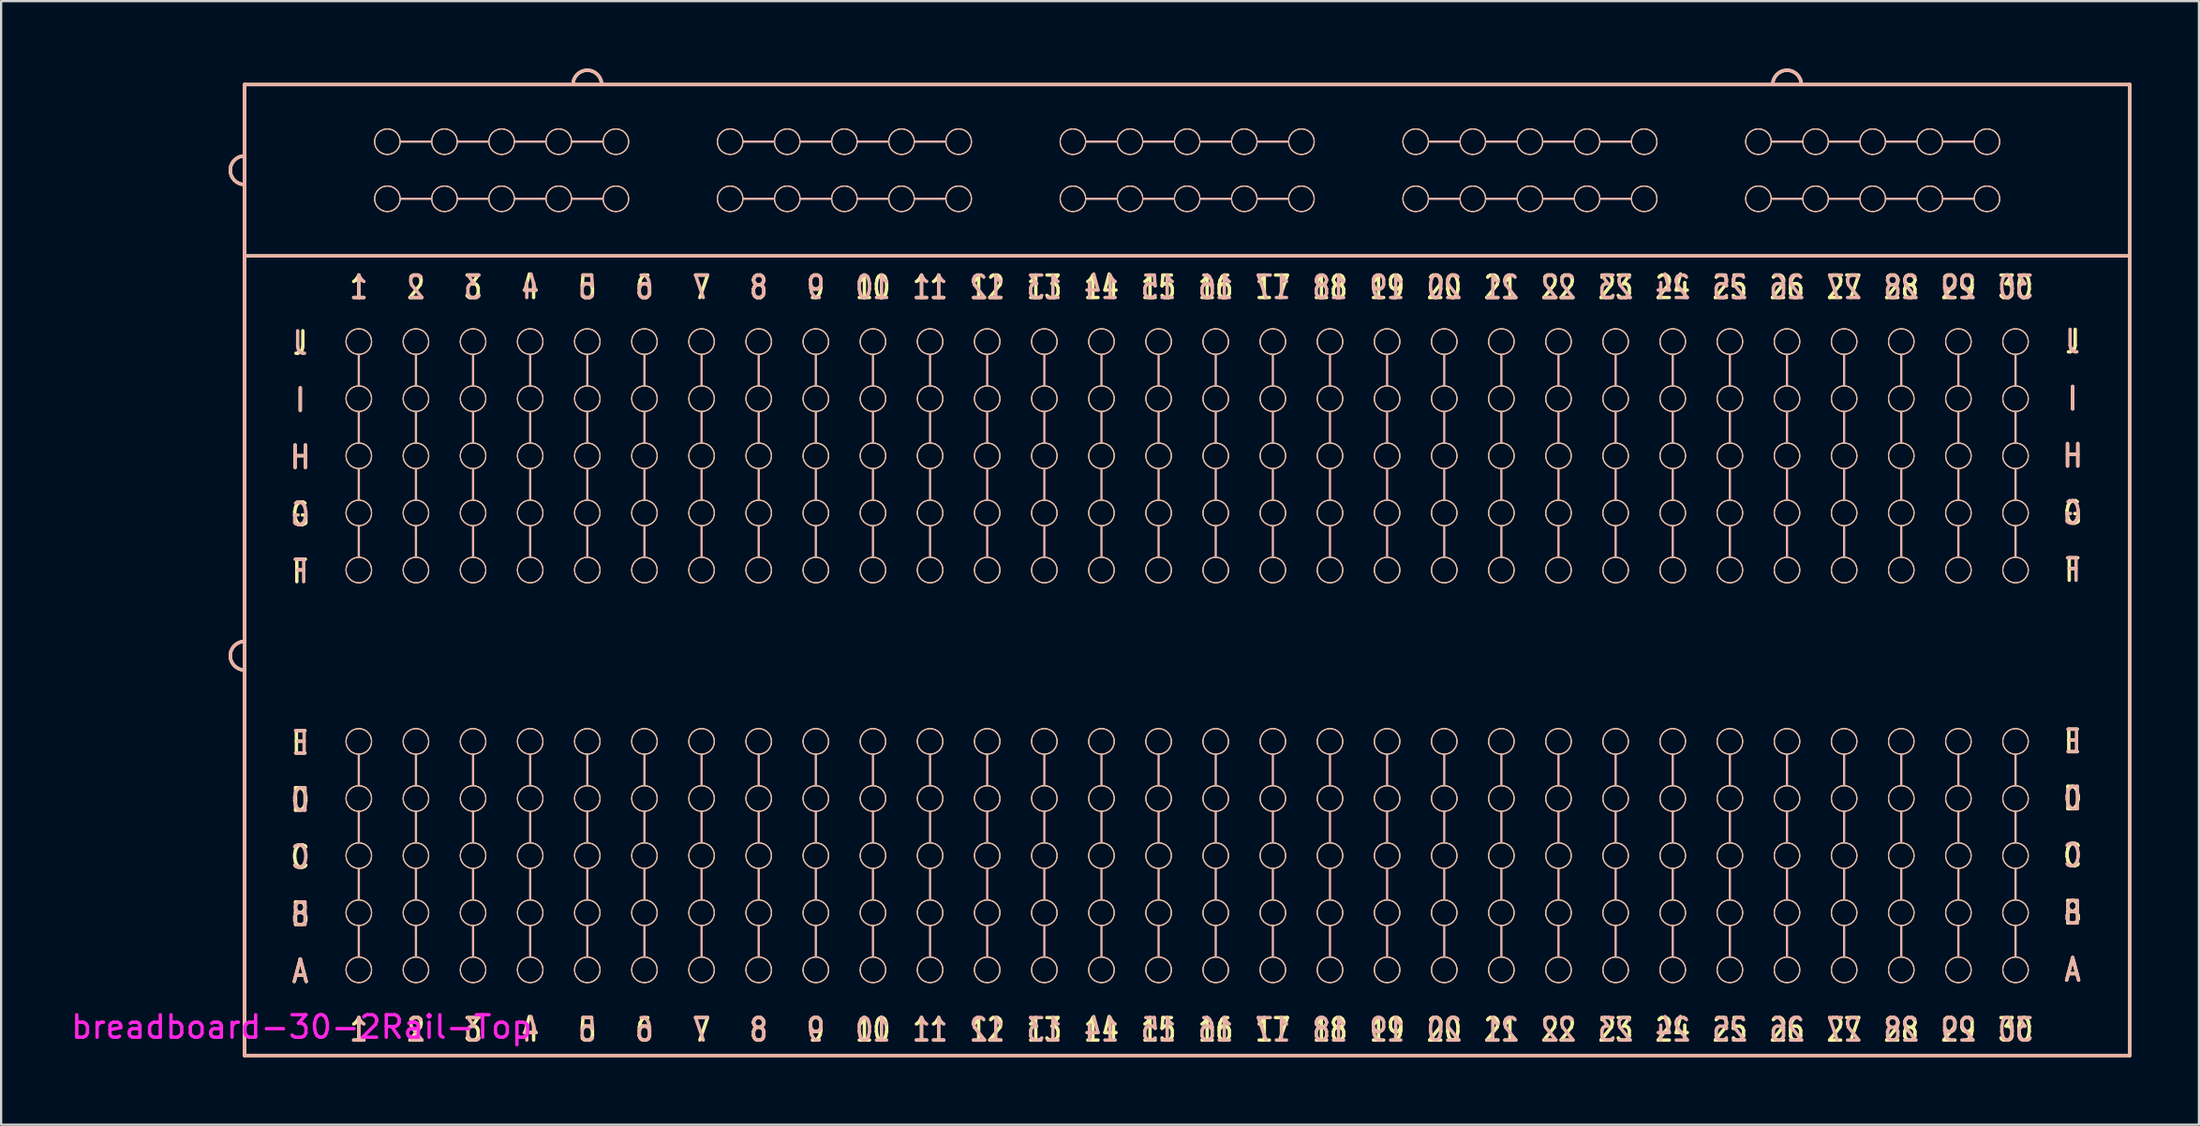
<source format=kicad_pcb>
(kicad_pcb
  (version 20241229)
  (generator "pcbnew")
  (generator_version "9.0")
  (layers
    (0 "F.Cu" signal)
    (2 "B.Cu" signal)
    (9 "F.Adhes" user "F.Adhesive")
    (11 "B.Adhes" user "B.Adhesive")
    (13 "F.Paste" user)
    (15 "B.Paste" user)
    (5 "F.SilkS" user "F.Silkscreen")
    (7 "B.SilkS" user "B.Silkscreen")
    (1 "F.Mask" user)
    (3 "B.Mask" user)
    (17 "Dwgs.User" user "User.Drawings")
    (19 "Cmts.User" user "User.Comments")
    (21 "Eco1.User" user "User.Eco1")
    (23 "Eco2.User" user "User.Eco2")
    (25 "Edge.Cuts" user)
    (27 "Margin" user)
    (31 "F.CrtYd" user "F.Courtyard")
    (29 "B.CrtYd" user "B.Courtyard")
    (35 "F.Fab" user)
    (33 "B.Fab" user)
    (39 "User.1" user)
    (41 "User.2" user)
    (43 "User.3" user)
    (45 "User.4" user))
  (footprint "breadboard-30-2Rail-Top"
    (layer "F.Cu")
    (at 51.003 24.84)
    (property "Reference" "breadboard-30-2Rail-Top" (at -40.64 17.78 180) (layer "F.CrtYd") (effects (font (size 1 1) (thickness 0.15))))
    (attr exclude_from_pos_files exclude_from_bom)
    (fp_line (start -43.18 -24.13) (end -43.18 -16.51) (stroke (width 0.15) (type solid)) (layer "F.SilkS"))
    (fp_line (start -43.18 -24.13) (end 40.64 -24.13) (stroke (width 0.15) (type solid)) (layer "F.SilkS"))
    (fp_line (start -43.18 -16.51) (end -43.18 19.05) (stroke (width 0.15) (type solid)) (layer "F.SilkS"))
    (fp_line (start -43.18 -16.51) (end 40.64 -16.51) (stroke (width 0.15) (type solid)) (layer "F.SilkS"))
    (fp_line (start 40.64 -24.13) (end 40.64 -16.51) (stroke (width 0.15) (type solid)) (layer "F.SilkS"))
    (fp_line (start 40.64 -16.51) (end 40.64 19.05) (stroke (width 0.15) (type solid)) (layer "F.SilkS"))
    (fp_line (start 40.64 19.05) (end -43.18 19.05) (stroke (width 0.15) (type solid)) (layer "F.SilkS"))
    (fp_arc (start -43.815 -20.32) (mid -43.629013 -20.769013) (end -43.18 -20.955) (stroke (width 0.15) (type solid)) (layer "F.SilkS"))
    (fp_arc (start -43.815 1.27) (mid -43.629013 0.820987) (end -43.18 0.635) (stroke (width 0.15) (type solid)) (layer "F.SilkS"))
    (fp_arc (start -43.18 -19.685) (mid -43.629013 -19.870987) (end -43.815 -20.32) (stroke (width 0.15) (type solid)) (layer "F.SilkS"))
    (fp_arc (start -43.18 1.905) (mid -43.629013 1.719013) (end -43.815 1.27) (stroke (width 0.15) (type solid)) (layer "F.SilkS"))
    (fp_arc (start -28.575 -24.13) (mid -28.389013 -24.579013) (end -27.94 -24.765) (stroke (width 0.15) (type solid)) (layer "F.SilkS"))
    (fp_arc (start -27.94 -24.765) (mid -27.490987 -24.579013) (end -27.305 -24.13) (stroke (width 0.15) (type solid)) (layer "F.SilkS"))
    (fp_arc (start 24.765 -24.13) (mid 24.950987 -24.579013) (end 25.4 -24.765) (stroke (width 0.15) (type solid)) (layer "F.SilkS"))
    (fp_arc (start 25.4 -24.765) (mid 25.849013 -24.579013) (end 26.035 -24.13) (stroke (width 0.15) (type solid)) (layer "F.SilkS"))
    (fp_circle (center -38.1 -12.7) (end -37.592 -12.446) (stroke (width 0.05) (type solid)) (fill no) (layer "F.SilkS"))
    (fp_circle (center -38.1 -10.16) (end -37.592 -9.906) (stroke (width 0.05) (type solid)) (fill no) (layer "F.SilkS"))
    (fp_circle (center -38.1 -7.62) (end -37.592 -7.366) (stroke (width 0.05) (type solid)) (fill no) (layer "F.SilkS"))
    (fp_circle (center -38.1 -5.08) (end -37.592 -4.826) (stroke (width 0.05) (type solid)) (fill no) (layer "F.SilkS"))
    (fp_circle (center -38.1 -2.54) (end -37.592 -2.286) (stroke (width 0.05) (type solid)) (fill no) (layer "F.SilkS"))
    (fp_circle (center -38.1 5.08) (end -37.592 5.334) (stroke (width 0.05) (type solid)) (fill no) (layer "F.SilkS"))
    (fp_circle (center -38.1 7.62) (end -37.592 7.874) (stroke (width 0.05) (type solid)) (fill no) (layer "F.SilkS"))
    (fp_circle (center -38.1 10.16) (end -37.592 10.414) (stroke (width 0.05) (type solid)) (fill no) (layer "F.SilkS"))
    (fp_circle (center -38.1 12.7) (end -37.592 12.954) (stroke (width 0.05) (type solid)) (fill no) (layer "F.SilkS"))
    (fp_circle (center -38.1 15.24) (end -37.592 15.494) (stroke (width 0.05) (type solid)) (fill no) (layer "F.SilkS"))
    (fp_circle (center -36.83 -21.59) (end -36.576 -22.098) (stroke (width 0.05) (type solid)) (fill no) (layer "F.SilkS"))
    (fp_circle (center -36.83 -19.05) (end -36.576 -19.558) (stroke (width 0.05) (type solid)) (fill no) (layer "F.SilkS"))
    (fp_circle (center -35.56 -12.7) (end -35.052 -12.446) (stroke (width 0.05) (type solid)) (fill no) (layer "F.SilkS"))
    (fp_circle (center -35.56 -10.16) (end -35.052 -9.906) (stroke (width 0.05) (type solid)) (fill no) (layer "F.SilkS"))
    (fp_circle (center -35.56 -7.62) (end -35.052 -7.366) (stroke (width 0.05) (type solid)) (fill no) (layer "F.SilkS"))
    (fp_circle (center -35.56 -5.08) (end -35.052 -4.826) (stroke (width 0.05) (type solid)) (fill no) (layer "F.SilkS"))
    (fp_circle (center -35.56 -2.54) (end -35.052 -2.286) (stroke (width 0.05) (type solid)) (fill no) (layer "F.SilkS"))
    (fp_circle (center -35.56 5.08) (end -35.052 5.334) (stroke (width 0.05) (type solid)) (fill no) (layer "F.SilkS"))
    (fp_circle (center -35.56 7.62) (end -35.052 7.874) (stroke (width 0.05) (type solid)) (fill no) (layer "F.SilkS"))
    (fp_circle (center -35.56 10.16) (end -35.052 10.414) (stroke (width 0.05) (type solid)) (fill no) (layer "F.SilkS"))
    (fp_circle (center -35.56 12.7) (end -35.052 12.954) (stroke (width 0.05) (type solid)) (fill no) (layer "F.SilkS"))
    (fp_circle (center -35.56 15.24) (end -35.052 15.494) (stroke (width 0.05) (type solid)) (fill no) (layer "F.SilkS"))
    (fp_circle (center -34.29 -21.59) (end -34.036 -22.098) (stroke (width 0.05) (type solid)) (fill no) (layer "F.SilkS"))
    (fp_circle (center -34.29 -19.05) (end -34.036 -19.558) (stroke (width 0.05) (type solid)) (fill no) (layer "F.SilkS"))
    (fp_circle (center -33.02 -12.7) (end -32.512 -12.446) (stroke (width 0.05) (type solid)) (fill no) (layer "F.SilkS"))
    (fp_circle (center -33.02 -10.16) (end -32.512 -9.906) (stroke (width 0.05) (type solid)) (fill no) (layer "F.SilkS"))
    (fp_circle (center -33.02 -7.62) (end -32.512 -7.366) (stroke (width 0.05) (type solid)) (fill no) (layer "F.SilkS"))
    (fp_circle (center -33.02 -5.08) (end -32.512 -4.826) (stroke (width 0.05) (type solid)) (fill no) (layer "F.SilkS"))
    (fp_circle (center -33.02 -2.54) (end -32.512 -2.286) (stroke (width 0.05) (type solid)) (fill no) (layer "F.SilkS"))
    (fp_circle (center -33.02 5.08) (end -32.512 5.334) (stroke (width 0.05) (type solid)) (fill no) (layer "F.SilkS"))
    (fp_circle (center -33.02 7.62) (end -32.512 7.874) (stroke (width 0.05) (type solid)) (fill no) (layer "F.SilkS"))
    (fp_circle (center -33.02 10.16) (end -32.512 10.414) (stroke (width 0.05) (type solid)) (fill no) (layer "F.SilkS"))
    (fp_circle (center -33.02 12.7) (end -32.512 12.954) (stroke (width 0.05) (type solid)) (fill no) (layer "F.SilkS"))
    (fp_circle (center -33.02 15.24) (end -32.512 15.494) (stroke (width 0.05) (type solid)) (fill no) (layer "F.SilkS"))
    (fp_circle (center -31.75 -21.59) (end -31.496 -22.098) (stroke (width 0.05) (type solid)) (fill no) (layer "F.SilkS"))
    (fp_circle (center -31.75 -19.05) (end -31.496 -19.558) (stroke (width 0.05) (type solid)) (fill no) (layer "F.SilkS"))
    (fp_circle (center -30.48 -12.7) (end -29.972 -12.446) (stroke (width 0.05) (type solid)) (fill no) (layer "F.SilkS"))
    (fp_circle (center -30.48 -10.16) (end -29.972 -9.906) (stroke (width 0.05) (type solid)) (fill no) (layer "F.SilkS"))
    (fp_circle (center -30.48 -7.62) (end -29.972 -7.366) (stroke (width 0.05) (type solid)) (fill no) (layer "F.SilkS"))
    (fp_circle (center -30.48 -5.08) (end -29.972 -4.826) (stroke (width 0.05) (type solid)) (fill no) (layer "F.SilkS"))
    (fp_circle (center -30.48 -2.54) (end -29.972 -2.286) (stroke (width 0.05) (type solid)) (fill no) (layer "F.SilkS"))
    (fp_circle (center -30.48 5.08) (end -29.972 5.334) (stroke (width 0.05) (type solid)) (fill no) (layer "F.SilkS"))
    (fp_circle (center -30.48 7.62) (end -29.972 7.874) (stroke (width 0.05) (type solid)) (fill no) (layer "F.SilkS"))
    (fp_circle (center -30.48 10.16) (end -29.972 10.414) (stroke (width 0.05) (type solid)) (fill no) (layer "F.SilkS"))
    (fp_circle (center -30.48 12.7) (end -29.972 12.954) (stroke (width 0.05) (type solid)) (fill no) (layer "F.SilkS"))
    (fp_circle (center -30.48 15.24) (end -29.972 15.494) (stroke (width 0.05) (type solid)) (fill no) (layer "F.SilkS"))
    (fp_circle (center -29.21 -21.59) (end -28.956 -22.098) (stroke (width 0.05) (type solid)) (fill no) (layer "F.SilkS"))
    (fp_circle (center -29.21 -19.05) (end -28.956 -19.558) (stroke (width 0.05) (type solid)) (fill no) (layer "F.SilkS"))
    (fp_circle (center -27.94 -12.7) (end -27.432 -12.446) (stroke (width 0.05) (type solid)) (fill no) (layer "F.SilkS"))
    (fp_circle (center -27.94 -10.16) (end -27.432 -9.906) (stroke (width 0.05) (type solid)) (fill no) (layer "F.SilkS"))
    (fp_circle (center -27.94 -7.62) (end -27.432 -7.366) (stroke (width 0.05) (type solid)) (fill no) (layer "F.SilkS"))
    (fp_circle (center -27.94 -5.08) (end -27.432 -4.826) (stroke (width 0.05) (type solid)) (fill no) (layer "F.SilkS"))
    (fp_circle (center -27.94 -2.54) (end -27.432 -2.286) (stroke (width 0.05) (type solid)) (fill no) (layer "F.SilkS"))
    (fp_circle (center -27.94 5.08) (end -27.432 5.334) (stroke (width 0.05) (type solid)) (fill no) (layer "F.SilkS"))
    (fp_circle (center -27.94 7.62) (end -27.432 7.874) (stroke (width 0.05) (type solid)) (fill no) (layer "F.SilkS"))
    (fp_circle (center -27.94 10.16) (end -27.432 10.414) (stroke (width 0.05) (type solid)) (fill no) (layer "F.SilkS"))
    (fp_circle (center -27.94 12.7) (end -27.432 12.954) (stroke (width 0.05) (type solid)) (fill no) (layer "F.SilkS"))
    (fp_circle (center -27.94 15.24) (end -27.432 15.494) (stroke (width 0.05) (type solid)) (fill no) (layer "F.SilkS"))
    (fp_circle (center -26.67 -21.59) (end -26.416 -22.098) (stroke (width 0.05) (type solid)) (fill no) (layer "F.SilkS"))
    (fp_circle (center -26.67 -19.05) (end -26.416 -19.558) (stroke (width 0.05) (type solid)) (fill no) (layer "F.SilkS"))
    (fp_circle (center -25.4 -12.7) (end -24.892 -12.446) (stroke (width 0.05) (type solid)) (fill no) (layer "F.SilkS"))
    (fp_circle (center -25.4 -10.16) (end -24.892 -9.906) (stroke (width 0.05) (type solid)) (fill no) (layer "F.SilkS"))
    (fp_circle (center -25.4 -7.62) (end -24.892 -7.366) (stroke (width 0.05) (type solid)) (fill no) (layer "F.SilkS"))
    (fp_circle (center -25.4 -5.08) (end -24.892 -4.826) (stroke (width 0.05) (type solid)) (fill no) (layer "F.SilkS"))
    (fp_circle (center -25.4 -2.54) (end -24.892 -2.286) (stroke (width 0.05) (type solid)) (fill no) (layer "F.SilkS"))
    (fp_circle (center -25.4 5.08) (end -24.892 5.334) (stroke (width 0.05) (type solid)) (fill no) (layer "F.SilkS"))
    (fp_circle (center -25.4 7.62) (end -24.892 7.874) (stroke (width 0.05) (type solid)) (fill no) (layer "F.SilkS"))
    (fp_circle (center -25.4 10.16) (end -24.892 10.414) (stroke (width 0.05) (type solid)) (fill no) (layer "F.SilkS"))
    (fp_circle (center -25.4 12.7) (end -24.892 12.954) (stroke (width 0.05) (type solid)) (fill no) (layer "F.SilkS"))
    (fp_circle (center -25.4 15.24) (end -24.892 15.494) (stroke (width 0.05) (type solid)) (fill no) (layer "F.SilkS"))
    (fp_circle (center -22.86 -12.7) (end -22.352 -12.446) (stroke (width 0.05) (type solid)) (fill no) (layer "F.SilkS"))
    (fp_circle (center -22.86 -10.16) (end -22.352 -9.906) (stroke (width 0.05) (type solid)) (fill no) (layer "F.SilkS"))
    (fp_circle (center -22.86 -7.62) (end -22.352 -7.366) (stroke (width 0.05) (type solid)) (fill no) (layer "F.SilkS"))
    (fp_circle (center -22.86 -5.08) (end -22.352 -4.826) (stroke (width 0.05) (type solid)) (fill no) (layer "F.SilkS"))
    (fp_circle (center -22.86 -2.54) (end -22.352 -2.286) (stroke (width 0.05) (type solid)) (fill no) (layer "F.SilkS"))
    (fp_circle (center -22.86 5.08) (end -22.352 5.334) (stroke (width 0.05) (type solid)) (fill no) (layer "F.SilkS"))
    (fp_circle (center -22.86 7.62) (end -22.352 7.874) (stroke (width 0.05) (type solid)) (fill no) (layer "F.SilkS"))
    (fp_circle (center -22.86 10.16) (end -22.352 10.414) (stroke (width 0.05) (type solid)) (fill no) (layer "F.SilkS"))
    (fp_circle (center -22.86 12.7) (end -22.352 12.954) (stroke (width 0.05) (type solid)) (fill no) (layer "F.SilkS"))
    (fp_circle (center -22.86 15.24) (end -22.352 15.494) (stroke (width 0.05) (type solid)) (fill no) (layer "F.SilkS"))
    (fp_circle (center -21.59 -21.59) (end -21.336 -22.098) (stroke (width 0.05) (type solid)) (fill no) (layer "F.SilkS"))
    (fp_circle (center -21.59 -19.05) (end -21.336 -19.558) (stroke (width 0.05) (type solid)) (fill no) (layer "F.SilkS"))
    (fp_circle (center -20.32 -12.7) (end -19.812 -12.446) (stroke (width 0.05) (type solid)) (fill no) (layer "F.SilkS"))
    (fp_circle (center -20.32 -10.16) (end -19.812 -9.906) (stroke (width 0.05) (type solid)) (fill no) (layer "F.SilkS"))
    (fp_circle (center -20.32 -7.62) (end -19.812 -7.366) (stroke (width 0.05) (type solid)) (fill no) (layer "F.SilkS"))
    (fp_circle (center -20.32 -5.08) (end -19.812 -4.826) (stroke (width 0.05) (type solid)) (fill no) (layer "F.SilkS"))
    (fp_circle (center -20.32 -2.54) (end -19.812 -2.286) (stroke (width 0.05) (type solid)) (fill no) (layer "F.SilkS"))
    (fp_circle (center -20.32 5.08) (end -19.812 5.334) (stroke (width 0.05) (type solid)) (fill no) (layer "F.SilkS"))
    (fp_circle (center -20.32 7.62) (end -19.812 7.874) (stroke (width 0.05) (type solid)) (fill no) (layer "F.SilkS"))
    (fp_circle (center -20.32 10.16) (end -19.812 10.414) (stroke (width 0.05) (type solid)) (fill no) (layer "F.SilkS"))
    (fp_circle (center -20.32 12.7) (end -19.812 12.954) (stroke (width 0.05) (type solid)) (fill no) (layer "F.SilkS"))
    (fp_circle (center -20.32 15.24) (end -19.812 15.494) (stroke (width 0.05) (type solid)) (fill no) (layer "F.SilkS"))
    (fp_circle (center -19.05 -21.59) (end -18.796 -22.098) (stroke (width 0.05) (type solid)) (fill no) (layer "F.SilkS"))
    (fp_circle (center -19.05 -19.05) (end -18.796 -19.558) (stroke (width 0.05) (type solid)) (fill no) (layer "F.SilkS"))
    (fp_circle (center -17.78 -12.7) (end -17.272 -12.446) (stroke (width 0.05) (type solid)) (fill no) (layer "F.SilkS"))
    (fp_circle (center -17.78 -10.16) (end -17.272 -9.906) (stroke (width 0.05) (type solid)) (fill no) (layer "F.SilkS"))
    (fp_circle (center -17.78 -7.62) (end -17.272 -7.366) (stroke (width 0.05) (type solid)) (fill no) (layer "F.SilkS"))
    (fp_circle (center -17.78 -5.08) (end -17.272 -4.826) (stroke (width 0.05) (type solid)) (fill no) (layer "F.SilkS"))
    (fp_circle (center -17.78 -2.54) (end -17.272 -2.286) (stroke (width 0.05) (type solid)) (fill no) (layer "F.SilkS"))
    (fp_circle (center -17.78 5.08) (end -17.272 5.334) (stroke (width 0.05) (type solid)) (fill no) (layer "F.SilkS"))
    (fp_circle (center -17.78 7.62) (end -17.272 7.874) (stroke (width 0.05) (type solid)) (fill no) (layer "F.SilkS"))
    (fp_circle (center -17.78 10.16) (end -17.272 10.414) (stroke (width 0.05) (type solid)) (fill no) (layer "F.SilkS"))
    (fp_circle (center -17.78 12.7) (end -17.272 12.954) (stroke (width 0.05) (type solid)) (fill no) (layer "F.SilkS"))
    (fp_circle (center -17.78 15.24) (end -17.272 15.494) (stroke (width 0.05) (type solid)) (fill no) (layer "F.SilkS"))
    (fp_circle (center -16.51 -21.59) (end -16.256 -22.098) (stroke (width 0.05) (type solid)) (fill no) (layer "F.SilkS"))
    (fp_circle (center -16.51 -19.05) (end -16.256 -19.558) (stroke (width 0.05) (type solid)) (fill no) (layer "F.SilkS"))
    (fp_circle (center -15.24 -12.7) (end -14.732 -12.446) (stroke (width 0.05) (type solid)) (fill no) (layer "F.SilkS"))
    (fp_circle (center -15.24 -10.16) (end -14.732 -9.906) (stroke (width 0.05) (type solid)) (fill no) (layer "F.SilkS"))
    (fp_circle (center -15.24 -7.62) (end -14.732 -7.366) (stroke (width 0.05) (type solid)) (fill no) (layer "F.SilkS"))
    (fp_circle (center -15.24 -5.08) (end -14.732 -4.826) (stroke (width 0.05) (type solid)) (fill no) (layer "F.SilkS"))
    (fp_circle (center -15.24 -2.54) (end -14.732 -2.286) (stroke (width 0.05) (type solid)) (fill no) (layer "F.SilkS"))
    (fp_circle (center -15.24 5.08) (end -14.732 5.334) (stroke (width 0.05) (type solid)) (fill no) (layer "F.SilkS"))
    (fp_circle (center -15.24 7.62) (end -14.732 7.874) (stroke (width 0.05) (type solid)) (fill no) (layer "F.SilkS"))
    (fp_circle (center -15.24 10.16) (end -14.732 10.414) (stroke (width 0.05) (type solid)) (fill no) (layer "F.SilkS"))
    (fp_circle (center -15.24 12.7) (end -14.732 12.954) (stroke (width 0.05) (type solid)) (fill no) (layer "F.SilkS"))
    (fp_circle (center -15.24 15.24) (end -14.732 15.494) (stroke (width 0.05) (type solid)) (fill no) (layer "F.SilkS"))
    (fp_circle (center -13.97 -21.59) (end -13.716 -22.098) (stroke (width 0.05) (type solid)) (fill no) (layer "F.SilkS"))
    (fp_circle (center -13.97 -19.05) (end -13.716 -19.558) (stroke (width 0.05) (type solid)) (fill no) (layer "F.SilkS"))
    (fp_circle (center -12.7 -12.7) (end -12.192 -12.446) (stroke (width 0.05) (type solid)) (fill no) (layer "F.SilkS"))
    (fp_circle (center -12.7 -10.16) (end -12.192 -9.906) (stroke (width 0.05) (type solid)) (fill no) (layer "F.SilkS"))
    (fp_circle (center -12.7 -7.62) (end -12.192 -7.366) (stroke (width 0.05) (type solid)) (fill no) (layer "F.SilkS"))
    (fp_circle (center -12.7 -5.08) (end -12.192 -4.826) (stroke (width 0.05) (type solid)) (fill no) (layer "F.SilkS"))
    (fp_circle (center -12.7 -2.54) (end -12.192 -2.286) (stroke (width 0.05) (type solid)) (fill no) (layer "F.SilkS"))
    (fp_circle (center -12.7 5.08) (end -12.192 5.334) (stroke (width 0.05) (type solid)) (fill no) (layer "F.SilkS"))
    (fp_circle (center -12.7 7.62) (end -12.192 7.874) (stroke (width 0.05) (type solid)) (fill no) (layer "F.SilkS"))
    (fp_circle (center -12.7 10.16) (end -12.192 10.414) (stroke (width 0.05) (type solid)) (fill no) (layer "F.SilkS"))
    (fp_circle (center -12.7 12.7) (end -12.192 12.954) (stroke (width 0.05) (type solid)) (fill no) (layer "F.SilkS"))
    (fp_circle (center -12.7 15.24) (end -12.192 15.494) (stroke (width 0.05) (type solid)) (fill no) (layer "F.SilkS"))
    (fp_circle (center -11.43 -21.59) (end -11.176 -22.098) (stroke (width 0.05) (type solid)) (fill no) (layer "F.SilkS"))
    (fp_circle (center -11.43 -19.05) (end -11.176 -19.558) (stroke (width 0.05) (type solid)) (fill no) (layer "F.SilkS"))
    (fp_circle (center -10.16 -12.7) (end -9.652 -12.446) (stroke (width 0.05) (type solid)) (fill no) (layer "F.SilkS"))
    (fp_circle (center -10.16 -10.16) (end -9.652 -9.906) (stroke (width 0.05) (type solid)) (fill no) (layer "F.SilkS"))
    (fp_circle (center -10.16 -7.62) (end -9.652 -7.366) (stroke (width 0.05) (type solid)) (fill no) (layer "F.SilkS"))
    (fp_circle (center -10.16 -5.08) (end -9.652 -4.826) (stroke (width 0.05) (type solid)) (fill no) (layer "F.SilkS"))
    (fp_circle (center -10.16 -2.54) (end -9.652 -2.286) (stroke (width 0.05) (type solid)) (fill no) (layer "F.SilkS"))
    (fp_circle (center -10.16 5.08) (end -9.652 5.334) (stroke (width 0.05) (type solid)) (fill no) (layer "F.SilkS"))
    (fp_circle (center -10.16 7.62) (end -9.652 7.874) (stroke (width 0.05) (type solid)) (fill no) (layer "F.SilkS"))
    (fp_circle (center -10.16 10.16) (end -9.652 10.414) (stroke (width 0.05) (type solid)) (fill no) (layer "F.SilkS"))
    (fp_circle (center -10.16 12.7) (end -9.652 12.954) (stroke (width 0.05) (type solid)) (fill no) (layer "F.SilkS"))
    (fp_circle (center -10.16 15.24) (end -9.652 15.494) (stroke (width 0.05) (type solid)) (fill no) (layer "F.SilkS"))
    (fp_circle (center -7.62 -12.7) (end -7.112 -12.446) (stroke (width 0.05) (type solid)) (fill no) (layer "F.SilkS"))
    (fp_circle (center -7.62 -10.16) (end -7.112 -9.906) (stroke (width 0.05) (type solid)) (fill no) (layer "F.SilkS"))
    (fp_circle (center -7.62 -7.62) (end -7.112 -7.366) (stroke (width 0.05) (type solid)) (fill no) (layer "F.SilkS"))
    (fp_circle (center -7.62 -5.08) (end -7.112 -4.826) (stroke (width 0.05) (type solid)) (fill no) (layer "F.SilkS"))
    (fp_circle (center -7.62 -2.54) (end -7.112 -2.286) (stroke (width 0.05) (type solid)) (fill no) (layer "F.SilkS"))
    (fp_circle (center -7.62 5.08) (end -7.112 5.334) (stroke (width 0.05) (type solid)) (fill no) (layer "F.SilkS"))
    (fp_circle (center -7.62 7.62) (end -7.112 7.874) (stroke (width 0.05) (type solid)) (fill no) (layer "F.SilkS"))
    (fp_circle (center -7.62 10.16) (end -7.112 10.414) (stroke (width 0.05) (type solid)) (fill no) (layer "F.SilkS"))
    (fp_circle (center -7.62 12.7) (end -7.112 12.954) (stroke (width 0.05) (type solid)) (fill no) (layer "F.SilkS"))
    (fp_circle (center -7.62 15.24) (end -7.112 15.494) (stroke (width 0.05) (type solid)) (fill no) (layer "F.SilkS"))
    (fp_circle (center -6.35 -21.59) (end -6.096 -22.098) (stroke (width 0.05) (type solid)) (fill no) (layer "F.SilkS"))
    (fp_circle (center -6.35 -19.05) (end -6.096 -19.558) (stroke (width 0.05) (type solid)) (fill no) (layer "F.SilkS"))
    (fp_circle (center -5.08 -12.7) (end -4.572 -12.446) (stroke (width 0.05) (type solid)) (fill no) (layer "F.SilkS"))
    (fp_circle (center -5.08 -10.16) (end -4.572 -9.906) (stroke (width 0.05) (type solid)) (fill no) (layer "F.SilkS"))
    (fp_circle (center -5.08 -7.62) (end -4.572 -7.366) (stroke (width 0.05) (type solid)) (fill no) (layer "F.SilkS"))
    (fp_circle (center -5.08 -5.08) (end -4.572 -4.826) (stroke (width 0.05) (type solid)) (fill no) (layer "F.SilkS"))
    (fp_circle (center -5.08 -2.54) (end -4.572 -2.286) (stroke (width 0.05) (type solid)) (fill no) (layer "F.SilkS"))
    (fp_circle (center -5.08 5.08) (end -4.572 5.334) (stroke (width 0.05) (type solid)) (fill no) (layer "F.SilkS"))
    (fp_circle (center -5.08 7.62) (end -4.572 7.874) (stroke (width 0.05) (type solid)) (fill no) (layer "F.SilkS"))
    (fp_circle (center -5.08 10.16) (end -4.572 10.414) (stroke (width 0.05) (type solid)) (fill no) (layer "F.SilkS"))
    (fp_circle (center -5.08 12.7) (end -4.572 12.954) (stroke (width 0.05) (type solid)) (fill no) (layer "F.SilkS"))
    (fp_circle (center -5.08 15.24) (end -4.572 15.494) (stroke (width 0.05) (type solid)) (fill no) (layer "F.SilkS"))
    (fp_circle (center -3.81 -21.59) (end -3.556 -22.098) (stroke (width 0.05) (type solid)) (fill no) (layer "F.SilkS"))
    (fp_circle (center -3.81 -19.05) (end -3.556 -19.558) (stroke (width 0.05) (type solid)) (fill no) (layer "F.SilkS"))
    (fp_circle (center -2.54 -12.7) (end -2.032 -12.446) (stroke (width 0.05) (type solid)) (fill no) (layer "F.SilkS"))
    (fp_circle (center -2.54 -10.16) (end -2.032 -9.906) (stroke (width 0.05) (type solid)) (fill no) (layer "F.SilkS"))
    (fp_circle (center -2.54 -7.62) (end -2.032 -7.366) (stroke (width 0.05) (type solid)) (fill no) (layer "F.SilkS"))
    (fp_circle (center -2.54 -5.08) (end -2.032 -4.826) (stroke (width 0.05) (type solid)) (fill no) (layer "F.SilkS"))
    (fp_circle (center -2.54 -2.54) (end -2.032 -2.286) (stroke (width 0.05) (type solid)) (fill no) (layer "F.SilkS"))
    (fp_circle (center -2.54 5.08) (end -2.032 5.334) (stroke (width 0.05) (type solid)) (fill no) (layer "F.SilkS"))
    (fp_circle (center -2.54 7.62) (end -2.032 7.874) (stroke (width 0.05) (type solid)) (fill no) (layer "F.SilkS"))
    (fp_circle (center -2.54 10.16) (end -2.032 10.414) (stroke (width 0.05) (type solid)) (fill no) (layer "F.SilkS"))
    (fp_circle (center -2.54 12.7) (end -2.032 12.954) (stroke (width 0.05) (type solid)) (fill no) (layer "F.SilkS"))
    (fp_circle (center -2.54 15.24) (end -2.032 15.494) (stroke (width 0.05) (type solid)) (fill no) (layer "F.SilkS"))
    (fp_circle (center -1.27 -21.59) (end -1.016 -22.098) (stroke (width 0.05) (type solid)) (fill no) (layer "F.SilkS"))
    (fp_circle (center -1.27 -19.05) (end -1.016 -19.558) (stroke (width 0.05) (type solid)) (fill no) (layer "F.SilkS"))
    (fp_circle (center 0 -12.7) (end 0.508 -12.446) (stroke (width 0.05) (type solid)) (fill no) (layer "F.SilkS"))
    (fp_circle (center 0 -10.16) (end 0.508 -9.906) (stroke (width 0.05) (type solid)) (fill no) (layer "F.SilkS"))
    (fp_circle (center 0 -7.62) (end 0.508 -7.366) (stroke (width 0.05) (type solid)) (fill no) (layer "F.SilkS"))
    (fp_circle (center 0 -5.08) (end 0.508 -4.826) (stroke (width 0.05) (type solid)) (fill no) (layer "F.SilkS"))
    (fp_circle (center 0 -2.54) (end 0.508 -2.286) (stroke (width 0.05) (type solid)) (fill no) (layer "F.SilkS"))
    (fp_circle (center 0 5.08) (end 0.508 5.334) (stroke (width 0.05) (type solid)) (fill no) (layer "F.SilkS"))
    (fp_circle (center 0 7.62) (end 0.508 7.874) (stroke (width 0.05) (type solid)) (fill no) (layer "F.SilkS"))
    (fp_circle (center 0 10.16) (end 0.508 10.414) (stroke (width 0.05) (type solid)) (fill no) (layer "F.SilkS"))
    (fp_circle (center 0 12.7) (end 0.508 12.954) (stroke (width 0.05) (type solid)) (fill no) (layer "F.SilkS"))
    (fp_circle (center 0 15.24) (end 0.508 15.494) (stroke (width 0.05) (type solid)) (fill no) (layer "F.SilkS"))
    (fp_circle (center 1.27 -21.59) (end 1.524 -22.098) (stroke (width 0.05) (type solid)) (fill no) (layer "F.SilkS"))
    (fp_circle (center 1.27 -19.05) (end 1.524 -19.558) (stroke (width 0.05) (type solid)) (fill no) (layer "F.SilkS"))
    (fp_circle (center 2.54 -12.7) (end 3.048 -12.446) (stroke (width 0.05) (type solid)) (fill no) (layer "F.SilkS"))
    (fp_circle (center 2.54 -10.16) (end 3.048 -9.906) (stroke (width 0.05) (type solid)) (fill no) (layer "F.SilkS"))
    (fp_circle (center 2.54 -7.62) (end 3.048 -7.366) (stroke (width 0.05) (type solid)) (fill no) (layer "F.SilkS"))
    (fp_circle (center 2.54 -5.08) (end 3.048 -4.826) (stroke (width 0.05) (type solid)) (fill no) (layer "F.SilkS"))
    (fp_circle (center 2.54 -2.54) (end 3.048 -2.286) (stroke (width 0.05) (type solid)) (fill no) (layer "F.SilkS"))
    (fp_circle (center 2.54 5.08) (end 3.048 5.334) (stroke (width 0.05) (type solid)) (fill no) (layer "F.SilkS"))
    (fp_circle (center 2.54 7.62) (end 3.048 7.874) (stroke (width 0.05) (type solid)) (fill no) (layer "F.SilkS"))
    (fp_circle (center 2.54 10.16) (end 3.048 10.414) (stroke (width 0.05) (type solid)) (fill no) (layer "F.SilkS"))
    (fp_circle (center 2.54 12.7) (end 3.048 12.954) (stroke (width 0.05) (type solid)) (fill no) (layer "F.SilkS"))
    (fp_circle (center 2.54 15.24) (end 3.048 15.494) (stroke (width 0.05) (type solid)) (fill no) (layer "F.SilkS"))
    (fp_circle (center 3.81 -21.59) (end 4.064 -22.098) (stroke (width 0.05) (type solid)) (fill no) (layer "F.SilkS"))
    (fp_circle (center 3.81 -19.05) (end 4.064 -19.558) (stroke (width 0.05) (type solid)) (fill no) (layer "F.SilkS"))
    (fp_circle (center 5.08 -12.7) (end 5.588 -12.446) (stroke (width 0.05) (type solid)) (fill no) (layer "F.SilkS"))
    (fp_circle (center 5.08 -10.16) (end 5.588 -9.906) (stroke (width 0.05) (type solid)) (fill no) (layer "F.SilkS"))
    (fp_circle (center 5.08 -7.62) (end 5.588 -7.366) (stroke (width 0.05) (type solid)) (fill no) (layer "F.SilkS"))
    (fp_circle (center 5.08 -5.08) (end 5.588 -4.826) (stroke (width 0.05) (type solid)) (fill no) (layer "F.SilkS"))
    (fp_circle (center 5.08 -2.54) (end 5.588 -2.286) (stroke (width 0.05) (type solid)) (fill no) (layer "F.SilkS"))
    (fp_circle (center 5.08 5.08) (end 5.588 5.334) (stroke (width 0.05) (type solid)) (fill no) (layer "F.SilkS"))
    (fp_circle (center 5.08 7.62) (end 5.588 7.874) (stroke (width 0.05) (type solid)) (fill no) (layer "F.SilkS"))
    (fp_circle (center 5.08 10.16) (end 5.588 10.414) (stroke (width 0.05) (type solid)) (fill no) (layer "F.SilkS"))
    (fp_circle (center 5.08 12.7) (end 5.588 12.954) (stroke (width 0.05) (type solid)) (fill no) (layer "F.SilkS"))
    (fp_circle (center 5.08 15.24) (end 5.588 15.494) (stroke (width 0.05) (type solid)) (fill no) (layer "F.SilkS"))
    (fp_circle (center 7.62 -12.7) (end 8.128 -12.446) (stroke (width 0.05) (type solid)) (fill no) (layer "F.SilkS"))
    (fp_circle (center 7.62 -10.16) (end 8.128 -9.906) (stroke (width 0.05) (type solid)) (fill no) (layer "F.SilkS"))
    (fp_circle (center 7.62 -7.62) (end 8.128 -7.366) (stroke (width 0.05) (type solid)) (fill no) (layer "F.SilkS"))
    (fp_circle (center 7.62 -5.08) (end 8.128 -4.826) (stroke (width 0.05) (type solid)) (fill no) (layer "F.SilkS"))
    (fp_circle (center 7.62 -2.54) (end 8.128 -2.286) (stroke (width 0.05) (type solid)) (fill no) (layer "F.SilkS"))
    (fp_circle (center 7.62 5.08) (end 8.128 5.334) (stroke (width 0.05) (type solid)) (fill no) (layer "F.SilkS"))
    (fp_circle (center 7.62 7.62) (end 8.128 7.874) (stroke (width 0.05) (type solid)) (fill no) (layer "F.SilkS"))
    (fp_circle (center 7.62 10.16) (end 8.128 10.414) (stroke (width 0.05) (type solid)) (fill no) (layer "F.SilkS"))
    (fp_circle (center 7.62 12.7) (end 8.128 12.954) (stroke (width 0.05) (type solid)) (fill no) (layer "F.SilkS"))
    (fp_circle (center 7.62 15.24) (end 8.128 15.494) (stroke (width 0.05) (type solid)) (fill no) (layer "F.SilkS"))
    (fp_circle (center 8.89 -21.59) (end 9.144 -22.098) (stroke (width 0.05) (type solid)) (fill no) (layer "F.SilkS"))
    (fp_circle (center 8.89 -19.05) (end 9.144 -19.558) (stroke (width 0.05) (type solid)) (fill no) (layer "F.SilkS"))
    (fp_circle (center 10.16 -12.7) (end 10.668 -12.446) (stroke (width 0.05) (type solid)) (fill no) (layer "F.SilkS"))
    (fp_circle (center 10.16 -10.16) (end 10.668 -9.906) (stroke (width 0.05) (type solid)) (fill no) (layer "F.SilkS"))
    (fp_circle (center 10.16 -7.62) (end 10.668 -7.366) (stroke (width 0.05) (type solid)) (fill no) (layer "F.SilkS"))
    (fp_circle (center 10.16 -5.08) (end 10.668 -4.826) (stroke (width 0.05) (type solid)) (fill no) (layer "F.SilkS"))
    (fp_circle (center 10.16 -2.54) (end 10.668 -2.286) (stroke (width 0.05) (type solid)) (fill no) (layer "F.SilkS"))
    (fp_circle (center 10.16 5.08) (end 10.668 5.334) (stroke (width 0.05) (type solid)) (fill no) (layer "F.SilkS"))
    (fp_circle (center 10.16 7.62) (end 10.668 7.874) (stroke (width 0.05) (type solid)) (fill no) (layer "F.SilkS"))
    (fp_circle (center 10.16 10.16) (end 10.668 10.414) (stroke (width 0.05) (type solid)) (fill no) (layer "F.SilkS"))
    (fp_circle (center 10.16 12.7) (end 10.668 12.954) (stroke (width 0.05) (type solid)) (fill no) (layer "F.SilkS"))
    (fp_circle (center 10.16 15.24) (end 10.668 15.494) (stroke (width 0.05) (type solid)) (fill no) (layer "F.SilkS"))
    (fp_circle (center 11.43 -21.59) (end 11.684 -22.098) (stroke (width 0.05) (type solid)) (fill no) (layer "F.SilkS"))
    (fp_circle (center 11.43 -19.05) (end 11.684 -19.558) (stroke (width 0.05) (type solid)) (fill no) (layer "F.SilkS"))
    (fp_circle (center 12.7 -12.7) (end 13.208 -12.446) (stroke (width 0.05) (type solid)) (fill no) (layer "F.SilkS"))
    (fp_circle (center 12.7 -10.16) (end 13.208 -9.906) (stroke (width 0.05) (type solid)) (fill no) (layer "F.SilkS"))
    (fp_circle (center 12.7 -7.62) (end 13.208 -7.366) (stroke (width 0.05) (type solid)) (fill no) (layer "F.SilkS"))
    (fp_circle (center 12.7 -5.08) (end 13.208 -4.826) (stroke (width 0.05) (type solid)) (fill no) (layer "F.SilkS"))
    (fp_circle (center 12.7 -2.54) (end 13.208 -2.286) (stroke (width 0.05) (type solid)) (fill no) (layer "F.SilkS"))
    (fp_circle (center 12.7 5.08) (end 13.208 5.334) (stroke (width 0.05) (type solid)) (fill no) (layer "F.SilkS"))
    (fp_circle (center 12.7 7.62) (end 13.208 7.874) (stroke (width 0.05) (type solid)) (fill no) (layer "F.SilkS"))
    (fp_circle (center 12.7 10.16) (end 13.208 10.414) (stroke (width 0.05) (type solid)) (fill no) (layer "F.SilkS"))
    (fp_circle (center 12.7 12.7) (end 13.208 12.954) (stroke (width 0.05) (type solid)) (fill no) (layer "F.SilkS"))
    (fp_circle (center 12.7 15.24) (end 13.208 15.494) (stroke (width 0.05) (type solid)) (fill no) (layer "F.SilkS"))
    (fp_circle (center 13.97 -21.59) (end 14.224 -22.098) (stroke (width 0.05) (type solid)) (fill no) (layer "F.SilkS"))
    (fp_circle (center 13.97 -19.05) (end 14.224 -19.558) (stroke (width 0.05) (type solid)) (fill no) (layer "F.SilkS"))
    (fp_circle (center 15.24 -12.7) (end 15.748 -12.446) (stroke (width 0.05) (type solid)) (fill no) (layer "F.SilkS"))
    (fp_circle (center 15.24 -10.16) (end 15.748 -9.906) (stroke (width 0.05) (type solid)) (fill no) (layer "F.SilkS"))
    (fp_circle (center 15.24 -7.62) (end 15.748 -7.366) (stroke (width 0.05) (type solid)) (fill no) (layer "F.SilkS"))
    (fp_circle (center 15.24 -5.08) (end 15.748 -4.826) (stroke (width 0.05) (type solid)) (fill no) (layer "F.SilkS"))
    (fp_circle (center 15.24 -2.54) (end 15.748 -2.286) (stroke (width 0.05) (type solid)) (fill no) (layer "F.SilkS"))
    (fp_circle (center 15.24 5.08) (end 15.748 5.334) (stroke (width 0.05) (type solid)) (fill no) (layer "F.SilkS"))
    (fp_circle (center 15.24 7.62) (end 15.748 7.874) (stroke (width 0.05) (type solid)) (fill no) (layer "F.SilkS"))
    (fp_circle (center 15.24 10.16) (end 15.748 10.414) (stroke (width 0.05) (type solid)) (fill no) (layer "F.SilkS"))
    (fp_circle (center 15.24 12.7) (end 15.748 12.954) (stroke (width 0.05) (type solid)) (fill no) (layer "F.SilkS"))
    (fp_circle (center 15.24 15.24) (end 15.748 15.494) (stroke (width 0.05) (type solid)) (fill no) (layer "F.SilkS"))
    (fp_circle (center 16.51 -21.59) (end 16.764 -22.098) (stroke (width 0.05) (type solid)) (fill no) (layer "F.SilkS"))
    (fp_circle (center 16.51 -19.05) (end 16.764 -19.558) (stroke (width 0.05) (type solid)) (fill no) (layer "F.SilkS"))
    (fp_circle (center 17.78 -12.7) (end 18.288 -12.446) (stroke (width 0.05) (type solid)) (fill no) (layer "F.SilkS"))
    (fp_circle (center 17.78 -10.16) (end 18.288 -9.906) (stroke (width 0.05) (type solid)) (fill no) (layer "F.SilkS"))
    (fp_circle (center 17.78 -7.62) (end 18.288 -7.366) (stroke (width 0.05) (type solid)) (fill no) (layer "F.SilkS"))
    (fp_circle (center 17.78 -5.08) (end 18.288 -4.826) (stroke (width 0.05) (type solid)) (fill no) (layer "F.SilkS"))
    (fp_circle (center 17.78 -2.54) (end 18.288 -2.286) (stroke (width 0.05) (type solid)) (fill no) (layer "F.SilkS"))
    (fp_circle (center 17.78 5.08) (end 18.288 5.334) (stroke (width 0.05) (type solid)) (fill no) (layer "F.SilkS"))
    (fp_circle (center 17.78 7.62) (end 18.288 7.874) (stroke (width 0.05) (type solid)) (fill no) (layer "F.SilkS"))
    (fp_circle (center 17.78 10.16) (end 18.288 10.414) (stroke (width 0.05) (type solid)) (fill no) (layer "F.SilkS"))
    (fp_circle (center 17.78 12.7) (end 18.288 12.954) (stroke (width 0.05) (type solid)) (fill no) (layer "F.SilkS"))
    (fp_circle (center 17.78 15.24) (end 18.288 15.494) (stroke (width 0.05) (type solid)) (fill no) (layer "F.SilkS"))
    (fp_circle (center 19.05 -21.59) (end 19.304 -22.098) (stroke (width 0.05) (type solid)) (fill no) (layer "F.SilkS"))
    (fp_circle (center 19.05 -19.05) (end 19.304 -19.558) (stroke (width 0.05) (type solid)) (fill no) (layer "F.SilkS"))
    (fp_circle (center 20.32 -12.7) (end 20.828 -12.446) (stroke (width 0.05) (type solid)) (fill no) (layer "F.SilkS"))
    (fp_circle (center 20.32 -10.16) (end 20.828 -9.906) (stroke (width 0.05) (type solid)) (fill no) (layer "F.SilkS"))
    (fp_circle (center 20.32 -7.62) (end 20.828 -7.366) (stroke (width 0.05) (type solid)) (fill no) (layer "F.SilkS"))
    (fp_circle (center 20.32 -5.08) (end 20.828 -4.826) (stroke (width 0.05) (type solid)) (fill no) (layer "F.SilkS"))
    (fp_circle (center 20.32 -2.54) (end 20.828 -2.286) (stroke (width 0.05) (type solid)) (fill no) (layer "F.SilkS"))
    (fp_circle (center 20.32 5.08) (end 20.828 5.334) (stroke (width 0.05) (type solid)) (fill no) (layer "F.SilkS"))
    (fp_circle (center 20.32 7.62) (end 20.828 7.874) (stroke (width 0.05) (type solid)) (fill no) (layer "F.SilkS"))
    (fp_circle (center 20.32 10.16) (end 20.828 10.414) (stroke (width 0.05) (type solid)) (fill no) (layer "F.SilkS"))
    (fp_circle (center 20.32 12.7) (end 20.828 12.954) (stroke (width 0.05) (type solid)) (fill no) (layer "F.SilkS"))
    (fp_circle (center 20.32 15.24) (end 20.828 15.494) (stroke (width 0.05) (type solid)) (fill no) (layer "F.SilkS"))
    (fp_circle (center 22.86 -12.7) (end 23.368 -12.446) (stroke (width 0.05) (type solid)) (fill no) (layer "F.SilkS"))
    (fp_circle (center 22.86 -10.16) (end 23.368 -9.906) (stroke (width 0.05) (type solid)) (fill no) (layer "F.SilkS"))
    (fp_circle (center 22.86 -7.62) (end 23.368 -7.366) (stroke (width 0.05) (type solid)) (fill no) (layer "F.SilkS"))
    (fp_circle (center 22.86 -5.08) (end 23.368 -4.826) (stroke (width 0.05) (type solid)) (fill no) (layer "F.SilkS"))
    (fp_circle (center 22.86 -2.54) (end 23.368 -2.286) (stroke (width 0.05) (type solid)) (fill no) (layer "F.SilkS"))
    (fp_circle (center 22.86 5.08) (end 23.368 5.334) (stroke (width 0.05) (type solid)) (fill no) (layer "F.SilkS"))
    (fp_circle (center 22.86 7.62) (end 23.368 7.874) (stroke (width 0.05) (type solid)) (fill no) (layer "F.SilkS"))
    (fp_circle (center 22.86 10.16) (end 23.368 10.414) (stroke (width 0.05) (type solid)) (fill no) (layer "F.SilkS"))
    (fp_circle (center 22.86 12.7) (end 23.368 12.954) (stroke (width 0.05) (type solid)) (fill no) (layer "F.SilkS"))
    (fp_circle (center 22.86 15.24) (end 23.368 15.494) (stroke (width 0.05) (type solid)) (fill no) (layer "F.SilkS"))
    (fp_circle (center 24.13 -21.59) (end 24.384 -22.098) (stroke (width 0.05) (type solid)) (fill no) (layer "F.SilkS"))
    (fp_circle (center 24.13 -19.05) (end 24.384 -19.558) (stroke (width 0.05) (type solid)) (fill no) (layer "F.SilkS"))
    (fp_circle (center 25.4 -12.7) (end 25.908 -12.446) (stroke (width 0.05) (type solid)) (fill no) (layer "F.SilkS"))
    (fp_circle (center 25.4 -10.16) (end 25.908 -9.906) (stroke (width 0.05) (type solid)) (fill no) (layer "F.SilkS"))
    (fp_circle (center 25.4 -7.62) (end 25.908 -7.366) (stroke (width 0.05) (type solid)) (fill no) (layer "F.SilkS"))
    (fp_circle (center 25.4 -5.08) (end 25.908 -4.826) (stroke (width 0.05) (type solid)) (fill no) (layer "F.SilkS"))
    (fp_circle (center 25.4 -2.54) (end 25.908 -2.286) (stroke (width 0.05) (type solid)) (fill no) (layer "F.SilkS"))
    (fp_circle (center 25.4 5.08) (end 25.908 5.334) (stroke (width 0.05) (type solid)) (fill no) (layer "F.SilkS"))
    (fp_circle (center 25.4 7.62) (end 25.908 7.874) (stroke (width 0.05) (type solid)) (fill no) (layer "F.SilkS"))
    (fp_circle (center 25.4 10.16) (end 25.908 10.414) (stroke (width 0.05) (type solid)) (fill no) (layer "F.SilkS"))
    (fp_circle (center 25.4 12.7) (end 25.908 12.954) (stroke (width 0.05) (type solid)) (fill no) (layer "F.SilkS"))
    (fp_circle (center 25.4 15.24) (end 25.908 15.494) (stroke (width 0.05) (type solid)) (fill no) (layer "F.SilkS"))
    (fp_circle (center 26.67 -21.59) (end 26.924 -22.098) (stroke (width 0.05) (type solid)) (fill no) (layer "F.SilkS"))
    (fp_circle (center 26.67 -19.05) (end 26.924 -19.558) (stroke (width 0.05) (type solid)) (fill no) (layer "F.SilkS"))
    (fp_circle (center 27.94 -12.7) (end 28.448 -12.446) (stroke (width 0.05) (type solid)) (fill no) (layer "F.SilkS"))
    (fp_circle (center 27.94 -10.16) (end 28.448 -9.906) (stroke (width 0.05) (type solid)) (fill no) (layer "F.SilkS"))
    (fp_circle (center 27.94 -7.62) (end 28.448 -7.366) (stroke (width 0.05) (type solid)) (fill no) (layer "F.SilkS"))
    (fp_circle (center 27.94 -5.08) (end 28.448 -4.826) (stroke (width 0.05) (type solid)) (fill no) (layer "F.SilkS"))
    (fp_circle (center 27.94 -2.54) (end 28.448 -2.286) (stroke (width 0.05) (type solid)) (fill no) (layer "F.SilkS"))
    (fp_circle (center 27.94 5.08) (end 28.448 5.334) (stroke (width 0.05) (type solid)) (fill no) (layer "F.SilkS"))
    (fp_circle (center 27.94 7.62) (end 28.448 7.874) (stroke (width 0.05) (type solid)) (fill no) (layer "F.SilkS"))
    (fp_circle (center 27.94 10.16) (end 28.448 10.414) (stroke (width 0.05) (type solid)) (fill no) (layer "F.SilkS"))
    (fp_circle (center 27.94 12.7) (end 28.448 12.954) (stroke (width 0.05) (type solid)) (fill no) (layer "F.SilkS"))
    (fp_circle (center 27.94 15.24) (end 28.448 15.494) (stroke (width 0.05) (type solid)) (fill no) (layer "F.SilkS"))
    (fp_circle (center 29.21 -21.59) (end 29.464 -22.098) (stroke (width 0.05) (type solid)) (fill no) (layer "F.SilkS"))
    (fp_circle (center 29.21 -19.05) (end 29.464 -19.558) (stroke (width 0.05) (type solid)) (fill no) (layer "F.SilkS"))
    (fp_circle (center 30.48 -12.7) (end 30.988 -12.446) (stroke (width 0.05) (type solid)) (fill no) (layer "F.SilkS"))
    (fp_circle (center 30.48 -10.16) (end 30.988 -9.906) (stroke (width 0.05) (type solid)) (fill no) (layer "F.SilkS"))
    (fp_circle (center 30.48 -7.62) (end 30.988 -7.366) (stroke (width 0.05) (type solid)) (fill no) (layer "F.SilkS"))
    (fp_circle (center 30.48 -5.08) (end 30.988 -4.826) (stroke (width 0.05) (type solid)) (fill no) (layer "F.SilkS"))
    (fp_circle (center 30.48 -2.54) (end 30.988 -2.286) (stroke (width 0.05) (type solid)) (fill no) (layer "F.SilkS"))
    (fp_circle (center 30.48 5.08) (end 30.988 5.334) (stroke (width 0.05) (type solid)) (fill no) (layer "F.SilkS"))
    (fp_circle (center 30.48 7.62) (end 30.988 7.874) (stroke (width 0.05) (type solid)) (fill no) (layer "F.SilkS"))
    (fp_circle (center 30.48 10.16) (end 30.988 10.414) (stroke (width 0.05) (type solid)) (fill no) (layer "F.SilkS"))
    (fp_circle (center 30.48 12.7) (end 30.988 12.954) (stroke (width 0.05) (type solid)) (fill no) (layer "F.SilkS"))
    (fp_circle (center 30.48 15.24) (end 30.988 15.494) (stroke (width 0.05) (type solid)) (fill no) (layer "F.SilkS"))
    (fp_circle (center 31.75 -21.59) (end 32.004 -22.098) (stroke (width 0.05) (type solid)) (fill no) (layer "F.SilkS"))
    (fp_circle (center 31.75 -19.05) (end 32.004 -19.558) (stroke (width 0.05) (type solid)) (fill no) (layer "F.SilkS"))
    (fp_circle (center 33.02 -12.7) (end 33.528 -12.446) (stroke (width 0.05) (type solid)) (fill no) (layer "F.SilkS"))
    (fp_circle (center 33.02 -10.16) (end 33.528 -9.906) (stroke (width 0.05) (type solid)) (fill no) (layer "F.SilkS"))
    (fp_circle (center 33.02 -7.62) (end 33.528 -7.366) (stroke (width 0.05) (type solid)) (fill no) (layer "F.SilkS"))
    (fp_circle (center 33.02 -5.08) (end 33.528 -4.826) (stroke (width 0.05) (type solid)) (fill no) (layer "F.SilkS"))
    (fp_circle (center 33.02 -2.54) (end 33.528 -2.286) (stroke (width 0.05) (type solid)) (fill no) (layer "F.SilkS"))
    (fp_circle (center 33.02 5.08) (end 33.528 5.334) (stroke (width 0.05) (type solid)) (fill no) (layer "F.SilkS"))
    (fp_circle (center 33.02 7.62) (end 33.528 7.874) (stroke (width 0.05) (type solid)) (fill no) (layer "F.SilkS"))
    (fp_circle (center 33.02 10.16) (end 33.528 10.414) (stroke (width 0.05) (type solid)) (fill no) (layer "F.SilkS"))
    (fp_circle (center 33.02 12.7) (end 33.528 12.954) (stroke (width 0.05) (type solid)) (fill no) (layer "F.SilkS"))
    (fp_circle (center 33.02 15.24) (end 33.528 15.494) (stroke (width 0.05) (type solid)) (fill no) (layer "F.SilkS"))
    (fp_circle (center 34.29 -21.59) (end 34.544 -22.098) (stroke (width 0.05) (type solid)) (fill no) (layer "F.SilkS"))
    (fp_circle (center 34.29 -19.05) (end 34.544 -19.558) (stroke (width 0.05) (type solid)) (fill no) (layer "F.SilkS"))
    (fp_circle (center 35.56 -12.7) (end 36.068 -12.446) (stroke (width 0.05) (type solid)) (fill no) (layer "F.SilkS"))
    (fp_circle (center 35.56 -10.16) (end 36.068 -9.906) (stroke (width 0.05) (type solid)) (fill no) (layer "F.SilkS"))
    (fp_circle (center 35.56 -7.62) (end 36.068 -7.366) (stroke (width 0.05) (type solid)) (fill no) (layer "F.SilkS"))
    (fp_circle (center 35.56 -5.08) (end 36.068 -4.826) (stroke (width 0.05) (type solid)) (fill no) (layer "F.SilkS"))
    (fp_circle (center 35.56 -2.54) (end 36.068 -2.286) (stroke (width 0.05) (type solid)) (fill no) (layer "F.SilkS"))
    (fp_circle (center 35.56 5.08) (end 36.068 5.334) (stroke (width 0.05) (type solid)) (fill no) (layer "F.SilkS"))
    (fp_circle (center 35.56 7.62) (end 36.068 7.874) (stroke (width 0.05) (type solid)) (fill no) (layer "F.SilkS"))
    (fp_circle (center 35.56 10.16) (end 36.068 10.414) (stroke (width 0.05) (type solid)) (fill no) (layer "F.SilkS"))
    (fp_circle (center 35.56 12.7) (end 36.068 12.954) (stroke (width 0.05) (type solid)) (fill no) (layer "F.SilkS"))
    (fp_circle (center 35.56 15.24) (end 36.068 15.494) (stroke (width 0.05) (type solid)) (fill no) (layer "F.SilkS"))
    (fp_line (start -43.18 -24.13) (end -43.18 -16.51) (stroke (width 0.15) (type solid)) (layer "B.SilkS"))
    (fp_line (start -43.18 -24.13) (end 40.64 -24.13) (stroke (width 0.15) (type solid)) (layer "B.SilkS"))
    (fp_line (start -43.18 -16.51) (end -43.18 19.05) (stroke (width 0.15) (type solid)) (layer "B.SilkS"))
    (fp_line (start -38.1 -12.09) (end -38.1 -10.77) (stroke (width 0.1) (type solid)) (layer "B.SilkS"))
    (fp_line (start -38.1 -9.55) (end -38.1 -8.23) (stroke (width 0.1) (type solid)) (layer "B.SilkS"))
    (fp_line (start -38.1 -7.01) (end -38.1 -5.69) (stroke (width 0.1) (type solid)) (layer "B.SilkS"))
    (fp_line (start -38.1 -4.47) (end -38.1 -3.15) (stroke (width 0.1) (type solid)) (layer "B.SilkS"))
    (fp_line (start -38.1 5.69) (end -38.1 7.01) (stroke (width 0.1) (type solid)) (layer "B.SilkS"))
    (fp_line (start -38.1 8.23) (end -38.1 9.55) (stroke (width 0.1) (type solid)) (layer "B.SilkS"))
    (fp_line (start -38.1 10.77) (end -38.1 12.09) (stroke (width 0.1) (type solid)) (layer "B.SilkS"))
    (fp_line (start -38.1 13.31) (end -38.1 14.63) (stroke (width 0.1) (type solid)) (layer "B.SilkS"))
    (fp_line (start -36.22 -21.59) (end -34.9 -21.59) (stroke (width 0.1) (type solid)) (layer "B.SilkS"))
    (fp_line (start -36.22 -19.05) (end -34.9 -19.05) (stroke (width 0.1) (type solid)) (layer "B.SilkS"))
    (fp_line (start -35.56 -12.09) (end -35.56 -10.77) (stroke (width 0.1) (type solid)) (layer "B.SilkS"))
    (fp_line (start -35.56 -9.55) (end -35.56 -8.23) (stroke (width 0.1) (type solid)) (layer "B.SilkS"))
    (fp_line (start -35.56 -7.01) (end -35.56 -5.69) (stroke (width 0.1) (type solid)) (layer "B.SilkS"))
    (fp_line (start -35.56 -4.47) (end -35.56 -3.15) (stroke (width 0.1) (type solid)) (layer "B.SilkS"))
    (fp_line (start -35.56 5.69) (end -35.56 7.01) (stroke (width 0.1) (type solid)) (layer "B.SilkS"))
    (fp_line (start -35.56 8.23) (end -35.56 9.55) (stroke (width 0.1) (type solid)) (layer "B.SilkS"))
    (fp_line (start -35.56 10.77) (end -35.56 12.09) (stroke (width 0.1) (type solid)) (layer "B.SilkS"))
    (fp_line (start -35.56 13.31) (end -35.56 14.63) (stroke (width 0.1) (type solid)) (layer "B.SilkS"))
    (fp_line (start -33.68 -21.59) (end -32.36 -21.59) (stroke (width 0.1) (type solid)) (layer "B.SilkS"))
    (fp_line (start -33.68 -19.05) (end -32.36 -19.05) (stroke (width 0.1) (type solid)) (layer "B.SilkS"))
    (fp_line (start -33.02 -12.09) (end -33.02 -10.77) (stroke (width 0.1) (type solid)) (layer "B.SilkS"))
    (fp_line (start -33.02 -9.55) (end -33.02 -8.23) (stroke (width 0.1) (type solid)) (layer "B.SilkS"))
    (fp_line (start -33.02 -7.01) (end -33.02 -5.69) (stroke (width 0.1) (type solid)) (layer "B.SilkS"))
    (fp_line (start -33.02 -4.47) (end -33.02 -3.15) (stroke (width 0.1) (type solid)) (layer "B.SilkS"))
    (fp_line (start -33.02 5.69) (end -33.02 7.01) (stroke (width 0.1) (type solid)) (layer "B.SilkS"))
    (fp_line (start -33.02 8.23) (end -33.02 9.55) (stroke (width 0.1) (type solid)) (layer "B.SilkS"))
    (fp_line (start -33.02 10.77) (end -33.02 12.09) (stroke (width 0.1) (type solid)) (layer "B.SilkS"))
    (fp_line (start -33.02 13.31) (end -33.02 14.63) (stroke (width 0.1) (type solid)) (layer "B.SilkS"))
    (fp_line (start -31.14 -21.59) (end -29.82 -21.59) (stroke (width 0.1) (type solid)) (layer "B.SilkS"))
    (fp_line (start -31.14 -19.05) (end -29.82 -19.05) (stroke (width 0.1) (type solid)) (layer "B.SilkS"))
    (fp_line (start -30.48 -12.09) (end -30.48 -10.77) (stroke (width 0.1) (type solid)) (layer "B.SilkS"))
    (fp_line (start -30.48 -9.55) (end -30.48 -8.23) (stroke (width 0.1) (type solid)) (layer "B.SilkS"))
    (fp_line (start -30.48 -7.01) (end -30.48 -5.69) (stroke (width 0.1) (type solid)) (layer "B.SilkS"))
    (fp_line (start -30.48 -4.47) (end -30.48 -3.15) (stroke (width 0.1) (type solid)) (layer "B.SilkS"))
    (fp_line (start -30.48 5.69) (end -30.48 7.01) (stroke (width 0.1) (type solid)) (layer "B.SilkS"))
    (fp_line (start -30.48 8.23) (end -30.48 9.55) (stroke (width 0.1) (type solid)) (layer "B.SilkS"))
    (fp_line (start -30.48 10.77) (end -30.48 12.09) (stroke (width 0.1) (type solid)) (layer "B.SilkS"))
    (fp_line (start -30.48 13.31) (end -30.48 14.63) (stroke (width 0.1) (type solid)) (layer "B.SilkS"))
    (fp_line (start -28.6 -21.59) (end -27.28 -21.59) (stroke (width 0.1) (type solid)) (layer "B.SilkS"))
    (fp_line (start -28.6 -19.05) (end -27.28 -19.05) (stroke (width 0.1) (type solid)) (layer "B.SilkS"))
    (fp_line (start -27.94 -12.09) (end -27.94 -10.77) (stroke (width 0.1) (type solid)) (layer "B.SilkS"))
    (fp_line (start -27.94 -9.55) (end -27.94 -8.23) (stroke (width 0.1) (type solid)) (layer "B.SilkS"))
    (fp_line (start -27.94 -7.01) (end -27.94 -5.69) (stroke (width 0.1) (type solid)) (layer "B.SilkS"))
    (fp_line (start -27.94 -4.47) (end -27.94 -3.15) (stroke (width 0.1) (type solid)) (layer "B.SilkS"))
    (fp_line (start -27.94 5.69) (end -27.94 7.01) (stroke (width 0.1) (type solid)) (layer "B.SilkS"))
    (fp_line (start -27.94 8.23) (end -27.94 9.55) (stroke (width 0.1) (type solid)) (layer "B.SilkS"))
    (fp_line (start -27.94 10.77) (end -27.94 12.09) (stroke (width 0.1) (type solid)) (layer "B.SilkS"))
    (fp_line (start -27.94 13.31) (end -27.94 14.63) (stroke (width 0.1) (type solid)) (layer "B.SilkS"))
    (fp_line (start -25.4 -12.09) (end -25.4 -10.77) (stroke (width 0.1) (type solid)) (layer "B.SilkS"))
    (fp_line (start -25.4 -9.55) (end -25.4 -8.23) (stroke (width 0.1) (type solid)) (layer "B.SilkS"))
    (fp_line (start -25.4 -7.01) (end -25.4 -5.69) (stroke (width 0.1) (type solid)) (layer "B.SilkS"))
    (fp_line (start -25.4 -4.47) (end -25.4 -3.15) (stroke (width 0.1) (type solid)) (layer "B.SilkS"))
    (fp_line (start -25.4 5.69) (end -25.4 7.01) (stroke (width 0.1) (type solid)) (layer "B.SilkS"))
    (fp_line (start -25.4 8.23) (end -25.4 9.55) (stroke (width 0.1) (type solid)) (layer "B.SilkS"))
    (fp_line (start -25.4 10.77) (end -25.4 12.09) (stroke (width 0.1) (type solid)) (layer "B.SilkS"))
    (fp_line (start -25.4 13.31) (end -25.4 14.63) (stroke (width 0.1) (type solid)) (layer "B.SilkS"))
    (fp_line (start -22.86 -12.09) (end -22.86 -10.77) (stroke (width 0.1) (type solid)) (layer "B.SilkS"))
    (fp_line (start -22.86 -9.55) (end -22.86 -8.23) (stroke (width 0.1) (type solid)) (layer "B.SilkS"))
    (fp_line (start -22.86 -7.01) (end -22.86 -5.69) (stroke (width 0.1) (type solid)) (layer "B.SilkS"))
    (fp_line (start -22.86 -4.47) (end -22.86 -3.15) (stroke (width 0.1) (type solid)) (layer "B.SilkS"))
    (fp_line (start -22.86 5.69) (end -22.86 7.01) (stroke (width 0.1) (type solid)) (layer "B.SilkS"))
    (fp_line (start -22.86 8.23) (end -22.86 9.55) (stroke (width 0.1) (type solid)) (layer "B.SilkS"))
    (fp_line (start -22.86 10.77) (end -22.86 12.09) (stroke (width 0.1) (type solid)) (layer "B.SilkS"))
    (fp_line (start -22.86 13.31) (end -22.86 14.63) (stroke (width 0.1) (type solid)) (layer "B.SilkS"))
    (fp_line (start -20.98 -21.59) (end -19.66 -21.59) (stroke (width 0.1) (type solid)) (layer "B.SilkS"))
    (fp_line (start -20.98 -19.05) (end -19.66 -19.05) (stroke (width 0.1) (type solid)) (layer "B.SilkS"))
    (fp_line (start -20.32 -12.09) (end -20.32 -10.77) (stroke (width 0.1) (type solid)) (layer "B.SilkS"))
    (fp_line (start -20.32 -9.55) (end -20.32 -8.23) (stroke (width 0.1) (type solid)) (layer "B.SilkS"))
    (fp_line (start -20.32 -7.01) (end -20.32 -5.69) (stroke (width 0.1) (type solid)) (layer "B.SilkS"))
    (fp_line (start -20.32 -4.47) (end -20.32 -3.15) (stroke (width 0.1) (type solid)) (layer "B.SilkS"))
    (fp_line (start -20.32 5.69) (end -20.32 7.01) (stroke (width 0.1) (type solid)) (layer "B.SilkS"))
    (fp_line (start -20.32 8.23) (end -20.32 9.55) (stroke (width 0.1) (type solid)) (layer "B.SilkS"))
    (fp_line (start -20.32 10.77) (end -20.32 12.09) (stroke (width 0.1) (type solid)) (layer "B.SilkS"))
    (fp_line (start -20.32 13.31) (end -20.32 14.63) (stroke (width 0.1) (type solid)) (layer "B.SilkS"))
    (fp_line (start -18.44 -21.59) (end -17.12 -21.59) (stroke (width 0.1) (type solid)) (layer "B.SilkS"))
    (fp_line (start -18.44 -19.05) (end -17.12 -19.05) (stroke (width 0.1) (type solid)) (layer "B.SilkS"))
    (fp_line (start -17.78 -12.09) (end -17.78 -10.77) (stroke (width 0.1) (type solid)) (layer "B.SilkS"))
    (fp_line (start -17.78 -9.55) (end -17.78 -8.23) (stroke (width 0.1) (type solid)) (layer "B.SilkS"))
    (fp_line (start -17.78 -7.01) (end -17.78 -5.69) (stroke (width 0.1) (type solid)) (layer "B.SilkS"))
    (fp_line (start -17.78 -4.47) (end -17.78 -3.15) (stroke (width 0.1) (type solid)) (layer "B.SilkS"))
    (fp_line (start -17.78 5.69) (end -17.78 7.01) (stroke (width 0.1) (type solid)) (layer "B.SilkS"))
    (fp_line (start -17.78 8.23) (end -17.78 9.55) (stroke (width 0.1) (type solid)) (layer "B.SilkS"))
    (fp_line (start -17.78 10.77) (end -17.78 12.09) (stroke (width 0.1) (type solid)) (layer "B.SilkS"))
    (fp_line (start -17.78 13.31) (end -17.78 14.63) (stroke (width 0.1) (type solid)) (layer "B.SilkS"))
    (fp_line (start -15.9 -21.59) (end -14.58 -21.59) (stroke (width 0.1) (type solid)) (layer "B.SilkS"))
    (fp_line (start -15.9 -19.05) (end -14.58 -19.05) (stroke (width 0.1) (type solid)) (layer "B.SilkS"))
    (fp_line (start -15.24 -12.09) (end -15.24 -10.77) (stroke (width 0.1) (type solid)) (layer "B.SilkS"))
    (fp_line (start -15.24 -9.55) (end -15.24 -8.23) (stroke (width 0.1) (type solid)) (layer "B.SilkS"))
    (fp_line (start -15.24 -7.01) (end -15.24 -5.69) (stroke (width 0.1) (type solid)) (layer "B.SilkS"))
    (fp_line (start -15.24 -4.47) (end -15.24 -3.15) (stroke (width 0.1) (type solid)) (layer "B.SilkS"))
    (fp_line (start -15.24 5.69) (end -15.24 7.01) (stroke (width 0.1) (type solid)) (layer "B.SilkS"))
    (fp_line (start -15.24 8.23) (end -15.24 9.55) (stroke (width 0.1) (type solid)) (layer "B.SilkS"))
    (fp_line (start -15.24 10.77) (end -15.24 12.09) (stroke (width 0.1) (type solid)) (layer "B.SilkS"))
    (fp_line (start -15.24 13.31) (end -15.24 14.63) (stroke (width 0.1) (type solid)) (layer "B.SilkS"))
    (fp_line (start -13.36 -21.59) (end -12.04 -21.59) (stroke (width 0.1) (type solid)) (layer "B.SilkS"))
    (fp_line (start -13.36 -19.05) (end -12.04 -19.05) (stroke (width 0.1) (type solid)) (layer "B.SilkS"))
    (fp_line (start -12.7 -12.09) (end -12.7 -10.77) (stroke (width 0.1) (type solid)) (layer "B.SilkS"))
    (fp_line (start -12.7 -9.55) (end -12.7 -8.23) (stroke (width 0.1) (type solid)) (layer "B.SilkS"))
    (fp_line (start -12.7 -7.01) (end -12.7 -5.69) (stroke (width 0.1) (type solid)) (layer "B.SilkS"))
    (fp_line (start -12.7 -4.47) (end -12.7 -3.15) (stroke (width 0.1) (type solid)) (layer "B.SilkS"))
    (fp_line (start -12.7 5.69) (end -12.7 7.01) (stroke (width 0.1) (type solid)) (layer "B.SilkS"))
    (fp_line (start -12.7 8.23) (end -12.7 9.55) (stroke (width 0.1) (type solid)) (layer "B.SilkS"))
    (fp_line (start -12.7 10.77) (end -12.7 12.09) (stroke (width 0.1) (type solid)) (layer "B.SilkS"))
    (fp_line (start -12.7 13.31) (end -12.7 14.63) (stroke (width 0.1) (type solid)) (layer "B.SilkS"))
    (fp_line (start -10.16 -12.09) (end -10.16 -10.77) (stroke (width 0.1) (type solid)) (layer "B.SilkS"))
    (fp_line (start -10.16 -9.55) (end -10.16 -8.23) (stroke (width 0.1) (type solid)) (layer "B.SilkS"))
    (fp_line (start -10.16 -7.01) (end -10.16 -5.69) (stroke (width 0.1) (type solid)) (layer "B.SilkS"))
    (fp_line (start -10.16 -4.47) (end -10.16 -3.15) (stroke (width 0.1) (type solid)) (layer "B.SilkS"))
    (fp_line (start -10.16 5.69) (end -10.16 7.01) (stroke (width 0.1) (type solid)) (layer "B.SilkS"))
    (fp_line (start -10.16 8.23) (end -10.16 9.55) (stroke (width 0.1) (type solid)) (layer "B.SilkS"))
    (fp_line (start -10.16 10.77) (end -10.16 12.09) (stroke (width 0.1) (type solid)) (layer "B.SilkS"))
    (fp_line (start -10.16 13.31) (end -10.16 14.63) (stroke (width 0.1) (type solid)) (layer "B.SilkS"))
    (fp_line (start -7.62 -12.09) (end -7.62 -10.77) (stroke (width 0.1) (type solid)) (layer "B.SilkS"))
    (fp_line (start -7.62 -9.55) (end -7.62 -8.23) (stroke (width 0.1) (type solid)) (layer "B.SilkS"))
    (fp_line (start -7.62 -7.01) (end -7.62 -5.69) (stroke (width 0.1) (type solid)) (layer "B.SilkS"))
    (fp_line (start -7.62 -4.47) (end -7.62 -3.15) (stroke (width 0.1) (type solid)) (layer "B.SilkS"))
    (fp_line (start -7.62 5.69) (end -7.62 7.01) (stroke (width 0.1) (type solid)) (layer "B.SilkS"))
    (fp_line (start -7.62 8.23) (end -7.62 9.55) (stroke (width 0.1) (type solid)) (layer "B.SilkS"))
    (fp_line (start -7.62 10.77) (end -7.62 12.09) (stroke (width 0.1) (type solid)) (layer "B.SilkS"))
    (fp_line (start -7.62 13.31) (end -7.62 14.63) (stroke (width 0.1) (type solid)) (layer "B.SilkS"))
    (fp_line (start -5.74 -21.59) (end -4.42 -21.59) (stroke (width 0.1) (type solid)) (layer "B.SilkS"))
    (fp_line (start -5.74 -19.05) (end -4.42 -19.05) (stroke (width 0.1) (type solid)) (layer "B.SilkS"))
    (fp_line (start -5.08 -12.09) (end -5.08 -10.77) (stroke (width 0.1) (type solid)) (layer "B.SilkS"))
    (fp_line (start -5.08 -9.55) (end -5.08 -8.23) (stroke (width 0.1) (type solid)) (layer "B.SilkS"))
    (fp_line (start -5.08 -7.01) (end -5.08 -5.69) (stroke (width 0.1) (type solid)) (layer "B.SilkS"))
    (fp_line (start -5.08 -4.47) (end -5.08 -3.15) (stroke (width 0.1) (type solid)) (layer "B.SilkS"))
    (fp_line (start -5.08 5.69) (end -5.08 7.01) (stroke (width 0.1) (type solid)) (layer "B.SilkS"))
    (fp_line (start -5.08 8.23) (end -5.08 9.55) (stroke (width 0.1) (type solid)) (layer "B.SilkS"))
    (fp_line (start -5.08 10.77) (end -5.08 12.09) (stroke (width 0.1) (type solid)) (layer "B.SilkS"))
    (fp_line (start -5.08 13.31) (end -5.08 14.63) (stroke (width 0.1) (type solid)) (layer "B.SilkS"))
    (fp_line (start -3.2 -21.59) (end -1.88 -21.59) (stroke (width 0.1) (type solid)) (layer "B.SilkS"))
    (fp_line (start -3.2 -19.05) (end -1.88 -19.05) (stroke (width 0.1) (type solid)) (layer "B.SilkS"))
    (fp_line (start -2.54 -12.09) (end -2.54 -10.77) (stroke (width 0.1) (type solid)) (layer "B.SilkS"))
    (fp_line (start -2.54 -9.55) (end -2.54 -8.23) (stroke (width 0.1) (type solid)) (layer "B.SilkS"))
    (fp_line (start -2.54 -7.01) (end -2.54 -5.69) (stroke (width 0.1) (type solid)) (layer "B.SilkS"))
    (fp_line (start -2.54 -4.47) (end -2.54 -3.15) (stroke (width 0.1) (type solid)) (layer "B.SilkS"))
    (fp_line (start -2.54 5.69) (end -2.54 7.01) (stroke (width 0.1) (type solid)) (layer "B.SilkS"))
    (fp_line (start -2.54 8.23) (end -2.54 9.55) (stroke (width 0.1) (type solid)) (layer "B.SilkS"))
    (fp_line (start -2.54 10.77) (end -2.54 12.09) (stroke (width 0.1) (type solid)) (layer "B.SilkS"))
    (fp_line (start -2.54 13.31) (end -2.54 14.63) (stroke (width 0.1) (type solid)) (layer "B.SilkS"))
    (fp_line (start -0.66 -21.59) (end 0.66 -21.59) (stroke (width 0.1) (type solid)) (layer "B.SilkS"))
    (fp_line (start -0.66 -19.05) (end 0.66 -19.05) (stroke (width 0.1) (type solid)) (layer "B.SilkS"))
    (fp_line (start 0 -12.09) (end 0 -10.77) (stroke (width 0.1) (type solid)) (layer "B.SilkS"))
    (fp_line (start 0 -9.55) (end 0 -8.23) (stroke (width 0.1) (type solid)) (layer "B.SilkS"))
    (fp_line (start 0 -7.01) (end 0 -5.69) (stroke (width 0.1) (type solid)) (layer "B.SilkS"))
    (fp_line (start 0 -4.47) (end 0 -3.15) (stroke (width 0.1) (type solid)) (layer "B.SilkS"))
    (fp_line (start 0 5.69) (end 0 7.01) (stroke (width 0.1) (type solid)) (layer "B.SilkS"))
    (fp_line (start 0 8.23) (end 0 9.55) (stroke (width 0.1) (type solid)) (layer "B.SilkS"))
    (fp_line (start 0 10.77) (end 0 12.09) (stroke (width 0.1) (type solid)) (layer "B.SilkS"))
    (fp_line (start 0 13.31) (end 0 14.63) (stroke (width 0.1) (type solid)) (layer "B.SilkS"))
    (fp_line (start 1.88 -21.59) (end 3.2 -21.59) (stroke (width 0.1) (type solid)) (layer "B.SilkS"))
    (fp_line (start 1.88 -19.05) (end 3.2 -19.05) (stroke (width 0.1) (type solid)) (layer "B.SilkS"))
    (fp_line (start 2.54 -12.09) (end 2.54 -10.77) (stroke (width 0.1) (type solid)) (layer "B.SilkS"))
    (fp_line (start 2.54 -9.55) (end 2.54 -8.23) (stroke (width 0.1) (type solid)) (layer "B.SilkS"))
    (fp_line (start 2.54 -7.01) (end 2.54 -5.69) (stroke (width 0.1) (type solid)) (layer "B.SilkS"))
    (fp_line (start 2.54 -4.47) (end 2.54 -3.15) (stroke (width 0.1) (type solid)) (layer "B.SilkS"))
    (fp_line (start 2.54 5.69) (end 2.54 7.01) (stroke (width 0.1) (type solid)) (layer "B.SilkS"))
    (fp_line (start 2.54 8.23) (end 2.54 9.55) (stroke (width 0.1) (type solid)) (layer "B.SilkS"))
    (fp_line (start 2.54 10.77) (end 2.54 12.09) (stroke (width 0.1) (type solid)) (layer "B.SilkS"))
    (fp_line (start 2.54 13.31) (end 2.54 14.63) (stroke (width 0.1) (type solid)) (layer "B.SilkS"))
    (fp_line (start 5.08 -12.09) (end 5.08 -10.77) (stroke (width 0.1) (type solid)) (layer "B.SilkS"))
    (fp_line (start 5.08 -9.55) (end 5.08 -8.23) (stroke (width 0.1) (type solid)) (layer "B.SilkS"))
    (fp_line (start 5.08 -7.01) (end 5.08 -5.69) (stroke (width 0.1) (type solid)) (layer "B.SilkS"))
    (fp_line (start 5.08 -4.47) (end 5.08 -3.15) (stroke (width 0.1) (type solid)) (layer "B.SilkS"))
    (fp_line (start 5.08 5.69) (end 5.08 7.01) (stroke (width 0.1) (type solid)) (layer "B.SilkS"))
    (fp_line (start 5.08 8.23) (end 5.08 9.55) (stroke (width 0.1) (type solid)) (layer "B.SilkS"))
    (fp_line (start 5.08 10.77) (end 5.08 12.09) (stroke (width 0.1) (type solid)) (layer "B.SilkS"))
    (fp_line (start 5.08 13.31) (end 5.08 14.63) (stroke (width 0.1) (type solid)) (layer "B.SilkS"))
    (fp_line (start 7.62 -12.09) (end 7.62 -10.77) (stroke (width 0.1) (type solid)) (layer "B.SilkS"))
    (fp_line (start 7.62 -9.55) (end 7.62 -8.23) (stroke (width 0.1) (type solid)) (layer "B.SilkS"))
    (fp_line (start 7.62 -7.01) (end 7.62 -5.69) (stroke (width 0.1) (type solid)) (layer "B.SilkS"))
    (fp_line (start 7.62 -4.47) (end 7.62 -3.15) (stroke (width 0.1) (type solid)) (layer "B.SilkS"))
    (fp_line (start 7.62 5.69) (end 7.62 7.01) (stroke (width 0.1) (type solid)) (layer "B.SilkS"))
    (fp_line (start 7.62 8.23) (end 7.62 9.55) (stroke (width 0.1) (type solid)) (layer "B.SilkS"))
    (fp_line (start 7.62 10.77) (end 7.62 12.09) (stroke (width 0.1) (type solid)) (layer "B.SilkS"))
    (fp_line (start 7.62 13.31) (end 7.62 14.63) (stroke (width 0.1) (type solid)) (layer "B.SilkS"))
    (fp_line (start 9.5 -21.59) (end 10.82 -21.59) (stroke (width 0.1) (type solid)) (layer "B.SilkS"))
    (fp_line (start 9.5 -19.05) (end 10.82 -19.05) (stroke (width 0.1) (type solid)) (layer "B.SilkS"))
    (fp_line (start 10.16 -12.09) (end 10.16 -10.77) (stroke (width 0.1) (type solid)) (layer "B.SilkS"))
    (fp_line (start 10.16 -9.55) (end 10.16 -8.23) (stroke (width 0.1) (type solid)) (layer "B.SilkS"))
    (fp_line (start 10.16 -7.01) (end 10.16 -5.69) (stroke (width 0.1) (type solid)) (layer "B.SilkS"))
    (fp_line (start 10.16 -4.47) (end 10.16 -3.15) (stroke (width 0.1) (type solid)) (layer "B.SilkS"))
    (fp_line (start 10.16 5.69) (end 10.16 7.01) (stroke (width 0.1) (type solid)) (layer "B.SilkS"))
    (fp_line (start 10.16 8.23) (end 10.16 9.55) (stroke (width 0.1) (type solid)) (layer "B.SilkS"))
    (fp_line (start 10.16 10.77) (end 10.16 12.09) (stroke (width 0.1) (type solid)) (layer "B.SilkS"))
    (fp_line (start 10.16 13.31) (end 10.16 14.63) (stroke (width 0.1) (type solid)) (layer "B.SilkS"))
    (fp_line (start 12.04 -21.59) (end 13.36 -21.59) (stroke (width 0.1) (type solid)) (layer "B.SilkS"))
    (fp_line (start 12.04 -19.05) (end 13.36 -19.05) (stroke (width 0.1) (type solid)) (layer "B.SilkS"))
    (fp_line (start 12.7 -12.09) (end 12.7 -10.77) (stroke (width 0.1) (type solid)) (layer "B.SilkS"))
    (fp_line (start 12.7 -9.55) (end 12.7 -8.23) (stroke (width 0.1) (type solid)) (layer "B.SilkS"))
    (fp_line (start 12.7 -7.01) (end 12.7 -5.69) (stroke (width 0.1) (type solid)) (layer "B.SilkS"))
    (fp_line (start 12.7 -4.47) (end 12.7 -3.15) (stroke (width 0.1) (type solid)) (layer "B.SilkS"))
    (fp_line (start 12.7 5.69) (end 12.7 7.01) (stroke (width 0.1) (type solid)) (layer "B.SilkS"))
    (fp_line (start 12.7 8.23) (end 12.7 9.55) (stroke (width 0.1) (type solid)) (layer "B.SilkS"))
    (fp_line (start 12.7 10.77) (end 12.7 12.09) (stroke (width 0.1) (type solid)) (layer "B.SilkS"))
    (fp_line (start 12.7 13.31) (end 12.7 14.63) (stroke (width 0.1) (type solid)) (layer "B.SilkS"))
    (fp_line (start 14.58 -21.59) (end 15.9 -21.59) (stroke (width 0.1) (type solid)) (layer "B.SilkS"))
    (fp_line (start 14.58 -19.05) (end 15.9 -19.05) (stroke (width 0.1) (type solid)) (layer "B.SilkS"))
    (fp_line (start 15.24 -12.09) (end 15.24 -10.77) (stroke (width 0.1) (type solid)) (layer "B.SilkS"))
    (fp_line (start 15.24 -9.55) (end 15.24 -8.23) (stroke (width 0.1) (type solid)) (layer "B.SilkS"))
    (fp_line (start 15.24 -7.01) (end 15.24 -5.69) (stroke (width 0.1) (type solid)) (layer "B.SilkS"))
    (fp_line (start 15.24 -4.47) (end 15.24 -3.15) (stroke (width 0.1) (type solid)) (layer "B.SilkS"))
    (fp_line (start 15.24 5.69) (end 15.24 7.01) (stroke (width 0.1) (type solid)) (layer "B.SilkS"))
    (fp_line (start 15.24 8.23) (end 15.24 9.55) (stroke (width 0.1) (type solid)) (layer "B.SilkS"))
    (fp_line (start 15.24 10.77) (end 15.24 12.09) (stroke (width 0.1) (type solid)) (layer "B.SilkS"))
    (fp_line (start 15.24 13.31) (end 15.24 14.63) (stroke (width 0.1) (type solid)) (layer "B.SilkS"))
    (fp_line (start 17.12 -21.59) (end 18.44 -21.59) (stroke (width 0.1) (type solid)) (layer "B.SilkS"))
    (fp_line (start 17.12 -19.05) (end 18.44 -19.05) (stroke (width 0.1) (type solid)) (layer "B.SilkS"))
    (fp_line (start 17.78 -12.09) (end 17.78 -10.77) (stroke (width 0.1) (type solid)) (layer "B.SilkS"))
    (fp_line (start 17.78 -9.55) (end 17.78 -8.23) (stroke (width 0.1) (type solid)) (layer "B.SilkS"))
    (fp_line (start 17.78 -7.01) (end 17.78 -5.69) (stroke (width 0.1) (type solid)) (layer "B.SilkS"))
    (fp_line (start 17.78 -4.47) (end 17.78 -3.15) (stroke (width 0.1) (type solid)) (layer "B.SilkS"))
    (fp_line (start 17.78 5.69) (end 17.78 7.01) (stroke (width 0.1) (type solid)) (layer "B.SilkS"))
    (fp_line (start 17.78 8.23) (end 17.78 9.55) (stroke (width 0.1) (type solid)) (layer "B.SilkS"))
    (fp_line (start 17.78 10.77) (end 17.78 12.09) (stroke (width 0.1) (type solid)) (layer "B.SilkS"))
    (fp_line (start 17.78 13.31) (end 17.78 14.63) (stroke (width 0.1) (type solid)) (layer "B.SilkS"))
    (fp_line (start 20.32 -12.09) (end 20.32 -10.77) (stroke (width 0.1) (type solid)) (layer "B.SilkS"))
    (fp_line (start 20.32 -9.55) (end 20.32 -8.23) (stroke (width 0.1) (type solid)) (layer "B.SilkS"))
    (fp_line (start 20.32 -7.01) (end 20.32 -5.69) (stroke (width 0.1) (type solid)) (layer "B.SilkS"))
    (fp_line (start 20.32 -4.47) (end 20.32 -3.15) (stroke (width 0.1) (type solid)) (layer "B.SilkS"))
    (fp_line (start 20.32 5.69) (end 20.32 7.01) (stroke (width 0.1) (type solid)) (layer "B.SilkS"))
    (fp_line (start 20.32 8.23) (end 20.32 9.55) (stroke (width 0.1) (type solid)) (layer "B.SilkS"))
    (fp_line (start 20.32 10.77) (end 20.32 12.09) (stroke (width 0.1) (type solid)) (layer "B.SilkS"))
    (fp_line (start 20.32 13.31) (end 20.32 14.63) (stroke (width 0.1) (type solid)) (layer "B.SilkS"))
    (fp_line (start 22.86 -12.09) (end 22.86 -10.77) (stroke (width 0.1) (type solid)) (layer "B.SilkS"))
    (fp_line (start 22.86 -9.55) (end 22.86 -8.23) (stroke (width 0.1) (type solid)) (layer "B.SilkS"))
    (fp_line (start 22.86 -7.01) (end 22.86 -5.69) (stroke (width 0.1) (type solid)) (layer "B.SilkS"))
    (fp_line (start 22.86 -4.47) (end 22.86 -3.15) (stroke (width 0.1) (type solid)) (layer "B.SilkS"))
    (fp_line (start 22.86 5.69) (end 22.86 7.01) (stroke (width 0.1) (type solid)) (layer "B.SilkS"))
    (fp_line (start 22.86 8.23) (end 22.86 9.55) (stroke (width 0.1) (type solid)) (layer "B.SilkS"))
    (fp_line (start 22.86 10.77) (end 22.86 12.09) (stroke (width 0.1) (type solid)) (layer "B.SilkS"))
    (fp_line (start 22.86 13.31) (end 22.86 14.63) (stroke (width 0.1) (type solid)) (layer "B.SilkS"))
    (fp_line (start 24.74 -21.59) (end 26.06 -21.59) (stroke (width 0.1) (type solid)) (layer "B.SilkS"))
    (fp_line (start 24.74 -19.05) (end 26.06 -19.05) (stroke (width 0.1) (type solid)) (layer "B.SilkS"))
    (fp_line (start 25.4 -12.09) (end 25.4 -10.77) (stroke (width 0.1) (type solid)) (layer "B.SilkS"))
    (fp_line (start 25.4 -9.55) (end 25.4 -8.23) (stroke (width 0.1) (type solid)) (layer "B.SilkS"))
    (fp_line (start 25.4 -7.01) (end 25.4 -5.69) (stroke (width 0.1) (type solid)) (layer "B.SilkS"))
    (fp_line (start 25.4 -4.47) (end 25.4 -3.15) (stroke (width 0.1) (type solid)) (layer "B.SilkS"))
    (fp_line (start 25.4 5.69) (end 25.4 7.01) (stroke (width 0.1) (type solid)) (layer "B.SilkS"))
    (fp_line (start 25.4 8.23) (end 25.4 9.55) (stroke (width 0.1) (type solid)) (layer "B.SilkS"))
    (fp_line (start 25.4 10.77) (end 25.4 12.09) (stroke (width 0.1) (type solid)) (layer "B.SilkS"))
    (fp_line (start 25.4 13.31) (end 25.4 14.63) (stroke (width 0.1) (type solid)) (layer "B.SilkS"))
    (fp_line (start 27.28 -21.59) (end 28.6 -21.59) (stroke (width 0.1) (type solid)) (layer "B.SilkS"))
    (fp_line (start 27.28 -19.05) (end 28.6 -19.05) (stroke (width 0.1) (type solid)) (layer "B.SilkS"))
    (fp_line (start 27.94 -12.09) (end 27.94 -10.77) (stroke (width 0.1) (type solid)) (layer "B.SilkS"))
    (fp_line (start 27.94 -9.55) (end 27.94 -8.23) (stroke (width 0.1) (type solid)) (layer "B.SilkS"))
    (fp_line (start 27.94 -7.01) (end 27.94 -5.69) (stroke (width 0.1) (type solid)) (layer "B.SilkS"))
    (fp_line (start 27.94 -4.47) (end 27.94 -3.15) (stroke (width 0.1) (type solid)) (layer "B.SilkS"))
    (fp_line (start 27.94 5.69) (end 27.94 7.01) (stroke (width 0.1) (type solid)) (layer "B.SilkS"))
    (fp_line (start 27.94 8.23) (end 27.94 9.55) (stroke (width 0.1) (type solid)) (layer "B.SilkS"))
    (fp_line (start 27.94 10.77) (end 27.94 12.09) (stroke (width 0.1) (type solid)) (layer "B.SilkS"))
    (fp_line (start 27.94 13.31) (end 27.94 14.63) (stroke (width 0.1) (type solid)) (layer "B.SilkS"))
    (fp_line (start 29.82 -21.59) (end 31.14 -21.59) (stroke (width 0.1) (type solid)) (layer "B.SilkS"))
    (fp_line (start 29.82 -19.05) (end 31.14 -19.05) (stroke (width 0.1) (type solid)) (layer "B.SilkS"))
    (fp_line (start 30.48 -12.09) (end 30.48 -10.77) (stroke (width 0.1) (type solid)) (layer "B.SilkS"))
    (fp_line (start 30.48 -9.55) (end 30.48 -8.23) (stroke (width 0.1) (type solid)) (layer "B.SilkS"))
    (fp_line (start 30.48 -7.01) (end 30.48 -5.69) (stroke (width 0.1) (type solid)) (layer "B.SilkS"))
    (fp_line (start 30.48 -4.47) (end 30.48 -3.15) (stroke (width 0.1) (type solid)) (layer "B.SilkS"))
    (fp_line (start 30.48 5.69) (end 30.48 7.01) (stroke (width 0.1) (type solid)) (layer "B.SilkS"))
    (fp_line (start 30.48 8.23) (end 30.48 9.55) (stroke (width 0.1) (type solid)) (layer "B.SilkS"))
    (fp_line (start 30.48 10.77) (end 30.48 12.09) (stroke (width 0.1) (type solid)) (layer "B.SilkS"))
    (fp_line (start 30.48 13.31) (end 30.48 14.63) (stroke (width 0.1) (type solid)) (layer "B.SilkS"))
    (fp_line (start 32.36 -21.59) (end 33.68 -21.59) (stroke (width 0.1) (type solid)) (layer "B.SilkS"))
    (fp_line (start 32.36 -19.05) (end 33.68 -19.05) (stroke (width 0.1) (type solid)) (layer "B.SilkS"))
    (fp_line (start 33.02 -12.09) (end 33.02 -10.77) (stroke (width 0.1) (type solid)) (layer "B.SilkS"))
    (fp_line (start 33.02 -9.55) (end 33.02 -8.23) (stroke (width 0.1) (type solid)) (layer "B.SilkS"))
    (fp_line (start 33.02 -7.01) (end 33.02 -5.69) (stroke (width 0.1) (type solid)) (layer "B.SilkS"))
    (fp_line (start 33.02 -4.47) (end 33.02 -3.15) (stroke (width 0.1) (type solid)) (layer "B.SilkS"))
    (fp_line (start 33.02 5.69) (end 33.02 7.01) (stroke (width 0.1) (type solid)) (layer "B.SilkS"))
    (fp_line (start 33.02 8.23) (end 33.02 9.55) (stroke (width 0.1) (type solid)) (layer "B.SilkS"))
    (fp_line (start 33.02 10.77) (end 33.02 12.09) (stroke (width 0.1) (type solid)) (layer "B.SilkS"))
    (fp_line (start 33.02 13.31) (end 33.02 14.63) (stroke (width 0.1) (type solid)) (layer "B.SilkS"))
    (fp_line (start 35.56 -12.09) (end 35.56 -10.77) (stroke (width 0.1) (type solid)) (layer "B.SilkS"))
    (fp_line (start 35.56 -9.55) (end 35.56 -8.23) (stroke (width 0.1) (type solid)) (layer "B.SilkS"))
    (fp_line (start 35.56 -7.01) (end 35.56 -5.69) (stroke (width 0.1) (type solid)) (layer "B.SilkS"))
    (fp_line (start 35.56 -4.47) (end 35.56 -3.15) (stroke (width 0.1) (type solid)) (layer "B.SilkS"))
    (fp_line (start 35.56 5.69) (end 35.56 7.01) (stroke (width 0.1) (type solid)) (layer "B.SilkS"))
    (fp_line (start 35.56 8.23) (end 35.56 9.55) (stroke (width 0.1) (type solid)) (layer "B.SilkS"))
    (fp_line (start 35.56 10.77) (end 35.56 12.09) (stroke (width 0.1) (type solid)) (layer "B.SilkS"))
    (fp_line (start 35.56 13.31) (end 35.56 14.63) (stroke (width 0.1) (type solid)) (layer "B.SilkS"))
    (fp_line (start 40.64 -24.13) (end 40.64 -16.51) (stroke (width 0.15) (type solid)) (layer "B.SilkS"))
    (fp_line (start 40.64 -16.51) (end -43.18 -16.51) (stroke (width 0.15) (type solid)) (layer "B.SilkS"))
    (fp_line (start 40.64 -16.51) (end 40.64 19.05) (stroke (width 0.15) (type solid)) (layer "B.SilkS"))
    (fp_line (start 40.64 19.05) (end -43.18 19.05) (stroke (width 0.15) (type solid)) (layer "B.SilkS"))
    (fp_arc (start -43.815 -20.32) (mid -43.629013 -20.769013) (end -43.18 -20.955) (stroke (width 0.15) (type solid)) (layer "B.SilkS"))
    (fp_arc (start -43.815 1.27) (mid -43.629013 0.820987) (end -43.18 0.635) (stroke (width 0.15) (type solid)) (layer "B.SilkS"))
    (fp_arc (start -43.18 -19.685) (mid -43.629013 -19.870987) (end -43.815 -20.32) (stroke (width 0.15) (type solid)) (layer "B.SilkS"))
    (fp_arc (start -43.18 1.905) (mid -43.629013 1.719013) (end -43.815 1.27) (stroke (width 0.15) (type solid)) (layer "B.SilkS"))
    (fp_arc (start -28.575 -24.13) (mid -28.389013 -24.579013) (end -27.94 -24.765) (stroke (width 0.15) (type solid)) (layer "B.SilkS"))
    (fp_arc (start -27.94 -24.765) (mid -27.490987 -24.579013) (end -27.305 -24.13) (stroke (width 0.15) (type solid)) (layer "B.SilkS"))
    (fp_arc (start 24.765 -24.13) (mid 24.950987 -24.579013) (end 25.4 -24.765) (stroke (width 0.15) (type solid)) (layer "B.SilkS"))
    (fp_arc (start 25.4 -24.765) (mid 25.849013 -24.579013) (end 26.035 -24.13) (stroke (width 0.15) (type solid)) (layer "B.SilkS"))
    (fp_circle (center -38.1 -12.7) (end -37.592 -12.446) (stroke (width 0.05) (type solid)) (fill no) (layer "B.SilkS"))
    (fp_circle (center -38.1 -10.16) (end -37.592 -9.906) (stroke (width 0.05) (type solid)) (fill no) (layer "B.SilkS"))
    (fp_circle (center -38.1 -7.62) (end -37.592 -7.366) (stroke (width 0.05) (type solid)) (fill no) (layer "B.SilkS"))
    (fp_circle (center -38.1 -5.08) (end -37.592 -4.826) (stroke (width 0.05) (type solid)) (fill no) (layer "B.SilkS"))
    (fp_circle (center -38.1 -2.54) (end -37.592 -2.286) (stroke (width 0.05) (type solid)) (fill no) (layer "B.SilkS"))
    (fp_circle (center -38.1 5.08) (end -37.592 5.334) (stroke (width 0.05) (type solid)) (fill no) (layer "B.SilkS"))
    (fp_circle (center -38.1 7.62) (end -37.592 7.874) (stroke (width 0.05) (type solid)) (fill no) (layer "B.SilkS"))
    (fp_circle (center -38.1 10.16) (end -37.592 10.414) (stroke (width 0.05) (type solid)) (fill no) (layer "B.SilkS"))
    (fp_circle (center -38.1 12.7) (end -37.592 12.954) (stroke (width 0.05) (type solid)) (fill no) (layer "B.SilkS"))
    (fp_circle (center -38.1 15.24) (end -37.592 15.494) (stroke (width 0.05) (type solid)) (fill no) (layer "B.SilkS"))
    (fp_circle (center -36.83 -21.59) (end -36.576 -22.098) (stroke (width 0.05) (type solid)) (fill no) (layer "B.SilkS"))
    (fp_circle (center -36.83 -19.05) (end -36.576 -19.558) (stroke (width 0.05) (type solid)) (fill no) (layer "B.SilkS"))
    (fp_circle (center -35.56 -12.7) (end -35.052 -12.446) (stroke (width 0.05) (type solid)) (fill no) (layer "B.SilkS"))
    (fp_circle (center -35.56 -10.16) (end -35.052 -9.906) (stroke (width 0.05) (type solid)) (fill no) (layer "B.SilkS"))
    (fp_circle (center -35.56 -7.62) (end -35.052 -7.366) (stroke (width 0.05) (type solid)) (fill no) (layer "B.SilkS"))
    (fp_circle (center -35.56 -5.08) (end -35.052 -4.826) (stroke (width 0.05) (type solid)) (fill no) (layer "B.SilkS"))
    (fp_circle (center -35.56 -2.54) (end -35.052 -2.286) (stroke (width 0.05) (type solid)) (fill no) (layer "B.SilkS"))
    (fp_circle (center -35.56 5.08) (end -35.052 5.334) (stroke (width 0.05) (type solid)) (fill no) (layer "B.SilkS"))
    (fp_circle (center -35.56 7.62) (end -35.052 7.874) (stroke (width 0.05) (type solid)) (fill no) (layer "B.SilkS"))
    (fp_circle (center -35.56 10.16) (end -35.052 10.414) (stroke (width 0.05) (type solid)) (fill no) (layer "B.SilkS"))
    (fp_circle (center -35.56 12.7) (end -35.052 12.954) (stroke (width 0.05) (type solid)) (fill no) (layer "B.SilkS"))
    (fp_circle (center -35.56 15.24) (end -35.052 15.494) (stroke (width 0.05) (type solid)) (fill no) (layer "B.SilkS"))
    (fp_circle (center -34.29 -21.59) (end -34.036 -22.098) (stroke (width 0.05) (type solid)) (fill no) (layer "B.SilkS"))
    (fp_circle (center -34.29 -19.05) (end -34.036 -19.558) (stroke (width 0.05) (type solid)) (fill no) (layer "B.SilkS"))
    (fp_circle (center -33.02 -12.7) (end -32.512 -12.446) (stroke (width 0.05) (type solid)) (fill no) (layer "B.SilkS"))
    (fp_circle (center -33.02 -10.16) (end -32.512 -9.906) (stroke (width 0.05) (type solid)) (fill no) (layer "B.SilkS"))
    (fp_circle (center -33.02 -7.62) (end -32.512 -7.366) (stroke (width 0.05) (type solid)) (fill no) (layer "B.SilkS"))
    (fp_circle (center -33.02 -5.08) (end -32.512 -4.826) (stroke (width 0.05) (type solid)) (fill no) (layer "B.SilkS"))
    (fp_circle (center -33.02 -2.54) (end -32.512 -2.286) (stroke (width 0.05) (type solid)) (fill no) (layer "B.SilkS"))
    (fp_circle (center -33.02 5.08) (end -32.512 5.334) (stroke (width 0.05) (type solid)) (fill no) (layer "B.SilkS"))
    (fp_circle (center -33.02 7.62) (end -32.512 7.874) (stroke (width 0.05) (type solid)) (fill no) (layer "B.SilkS"))
    (fp_circle (center -33.02 10.16) (end -32.512 10.414) (stroke (width 0.05) (type solid)) (fill no) (layer "B.SilkS"))
    (fp_circle (center -33.02 12.7) (end -32.512 12.954) (stroke (width 0.05) (type solid)) (fill no) (layer "B.SilkS"))
    (fp_circle (center -33.02 15.24) (end -32.512 15.494) (stroke (width 0.05) (type solid)) (fill no) (layer "B.SilkS"))
    (fp_circle (center -31.75 -21.59) (end -31.496 -22.098) (stroke (width 0.05) (type solid)) (fill no) (layer "B.SilkS"))
    (fp_circle (center -31.75 -19.05) (end -31.496 -19.558) (stroke (width 0.05) (type solid)) (fill no) (layer "B.SilkS"))
    (fp_circle (center -30.48 -12.7) (end -29.972 -12.446) (stroke (width 0.05) (type solid)) (fill no) (layer "B.SilkS"))
    (fp_circle (center -30.48 -10.16) (end -29.972 -9.906) (stroke (width 0.05) (type solid)) (fill no) (layer "B.SilkS"))
    (fp_circle (center -30.48 -7.62) (end -29.972 -7.366) (stroke (width 0.05) (type solid)) (fill no) (layer "B.SilkS"))
    (fp_circle (center -30.48 -5.08) (end -29.972 -4.826) (stroke (width 0.05) (type solid)) (fill no) (layer "B.SilkS"))
    (fp_circle (center -30.48 -2.54) (end -29.972 -2.286) (stroke (width 0.05) (type solid)) (fill no) (layer "B.SilkS"))
    (fp_circle (center -30.48 5.08) (end -29.972 5.334) (stroke (width 0.05) (type solid)) (fill no) (layer "B.SilkS"))
    (fp_circle (center -30.48 7.62) (end -29.972 7.874) (stroke (width 0.05) (type solid)) (fill no) (layer "B.SilkS"))
    (fp_circle (center -30.48 10.16) (end -29.972 10.414) (stroke (width 0.05) (type solid)) (fill no) (layer "B.SilkS"))
    (fp_circle (center -30.48 12.7) (end -29.972 12.954) (stroke (width 0.05) (type solid)) (fill no) (layer "B.SilkS"))
    (fp_circle (center -30.48 15.24) (end -29.972 15.494) (stroke (width 0.05) (type solid)) (fill no) (layer "B.SilkS"))
    (fp_circle (center -29.21 -21.59) (end -28.956 -22.098) (stroke (width 0.05) (type solid)) (fill no) (layer "B.SilkS"))
    (fp_circle (center -29.21 -19.05) (end -28.956 -19.558) (stroke (width 0.05) (type solid)) (fill no) (layer "B.SilkS"))
    (fp_circle (center -27.94 -12.7) (end -27.432 -12.446) (stroke (width 0.05) (type solid)) (fill no) (layer "B.SilkS"))
    (fp_circle (center -27.94 -10.16) (end -27.432 -9.906) (stroke (width 0.05) (type solid)) (fill no) (layer "B.SilkS"))
    (fp_circle (center -27.94 -7.62) (end -27.432 -7.366) (stroke (width 0.05) (type solid)) (fill no) (layer "B.SilkS"))
    (fp_circle (center -27.94 -5.08) (end -27.432 -4.826) (stroke (width 0.05) (type solid)) (fill no) (layer "B.SilkS"))
    (fp_circle (center -27.94 -2.54) (end -27.432 -2.286) (stroke (width 0.05) (type solid)) (fill no) (layer "B.SilkS"))
    (fp_circle (center -27.94 5.08) (end -27.432 5.334) (stroke (width 0.05) (type solid)) (fill no) (layer "B.SilkS"))
    (fp_circle (center -27.94 7.62) (end -27.432 7.874) (stroke (width 0.05) (type solid)) (fill no) (layer "B.SilkS"))
    (fp_circle (center -27.94 10.16) (end -27.432 10.414) (stroke (width 0.05) (type solid)) (fill no) (layer "B.SilkS"))
    (fp_circle (center -27.94 12.7) (end -27.432 12.954) (stroke (width 0.05) (type solid)) (fill no) (layer "B.SilkS"))
    (fp_circle (center -27.94 15.24) (end -27.432 15.494) (stroke (width 0.05) (type solid)) (fill no) (layer "B.SilkS"))
    (fp_circle (center -26.67 -21.59) (end -26.416 -22.098) (stroke (width 0.05) (type solid)) (fill no) (layer "B.SilkS"))
    (fp_circle (center -26.67 -19.05) (end -26.416 -19.558) (stroke (width 0.05) (type solid)) (fill no) (layer "B.SilkS"))
    (fp_circle (center -25.4 -12.7) (end -24.892 -12.446) (stroke (width 0.05) (type solid)) (fill no) (layer "B.SilkS"))
    (fp_circle (center -25.4 -10.16) (end -24.892 -9.906) (stroke (width 0.05) (type solid)) (fill no) (layer "B.SilkS"))
    (fp_circle (center -25.4 -7.62) (end -24.892 -7.366) (stroke (width 0.05) (type solid)) (fill no) (layer "B.SilkS"))
    (fp_circle (center -25.4 -5.08) (end -24.892 -4.826) (stroke (width 0.05) (type solid)) (fill no) (layer "B.SilkS"))
    (fp_circle (center -25.4 -2.54) (end -24.892 -2.286) (stroke (width 0.05) (type solid)) (fill no) (layer "B.SilkS"))
    (fp_circle (center -25.4 5.08) (end -24.892 5.334) (stroke (width 0.05) (type solid)) (fill no) (layer "B.SilkS"))
    (fp_circle (center -25.4 7.62) (end -24.892 7.874) (stroke (width 0.05) (type solid)) (fill no) (layer "B.SilkS"))
    (fp_circle (center -25.4 10.16) (end -24.892 10.414) (stroke (width 0.05) (type solid)) (fill no) (layer "B.SilkS"))
    (fp_circle (center -25.4 12.7) (end -24.892 12.954) (stroke (width 0.05) (type solid)) (fill no) (layer "B.SilkS"))
    (fp_circle (center -25.4 15.24) (end -24.892 15.494) (stroke (width 0.05) (type solid)) (fill no) (layer "B.SilkS"))
    (fp_circle (center -22.86 -12.7) (end -22.352 -12.446) (stroke (width 0.05) (type solid)) (fill no) (layer "B.SilkS"))
    (fp_circle (center -22.86 -10.16) (end -22.352 -9.906) (stroke (width 0.05) (type solid)) (fill no) (layer "B.SilkS"))
    (fp_circle (center -22.86 -7.62) (end -22.352 -7.366) (stroke (width 0.05) (type solid)) (fill no) (layer "B.SilkS"))
    (fp_circle (center -22.86 -5.08) (end -22.352 -4.826) (stroke (width 0.05) (type solid)) (fill no) (layer "B.SilkS"))
    (fp_circle (center -22.86 -2.54) (end -22.352 -2.286) (stroke (width 0.05) (type solid)) (fill no) (layer "B.SilkS"))
    (fp_circle (center -22.86 5.08) (end -22.352 5.334) (stroke (width 0.05) (type solid)) (fill no) (layer "B.SilkS"))
    (fp_circle (center -22.86 7.62) (end -22.352 7.874) (stroke (width 0.05) (type solid)) (fill no) (layer "B.SilkS"))
    (fp_circle (center -22.86 10.16) (end -22.352 10.414) (stroke (width 0.05) (type solid)) (fill no) (layer "B.SilkS"))
    (fp_circle (center -22.86 12.7) (end -22.352 12.954) (stroke (width 0.05) (type solid)) (fill no) (layer "B.SilkS"))
    (fp_circle (center -22.86 15.24) (end -22.352 15.494) (stroke (width 0.05) (type solid)) (fill no) (layer "B.SilkS"))
    (fp_circle (center -21.59 -21.59) (end -21.336 -22.098) (stroke (width 0.05) (type solid)) (fill no) (layer "B.SilkS"))
    (fp_circle (center -21.59 -19.05) (end -21.336 -19.558) (stroke (width 0.05) (type solid)) (fill no) (layer "B.SilkS"))
    (fp_circle (center -20.32 -12.7) (end -19.812 -12.446) (stroke (width 0.05) (type solid)) (fill no) (layer "B.SilkS"))
    (fp_circle (center -20.32 -10.16) (end -19.812 -9.906) (stroke (width 0.05) (type solid)) (fill no) (layer "B.SilkS"))
    (fp_circle (center -20.32 -7.62) (end -19.812 -7.366) (stroke (width 0.05) (type solid)) (fill no) (layer "B.SilkS"))
    (fp_circle (center -20.32 -5.08) (end -19.812 -4.826) (stroke (width 0.05) (type solid)) (fill no) (layer "B.SilkS"))
    (fp_circle (center -20.32 -2.54) (end -19.812 -2.286) (stroke (width 0.05) (type solid)) (fill no) (layer "B.SilkS"))
    (fp_circle (center -20.32 5.08) (end -19.812 5.334) (stroke (width 0.05) (type solid)) (fill no) (layer "B.SilkS"))
    (fp_circle (center -20.32 7.62) (end -19.812 7.874) (stroke (width 0.05) (type solid)) (fill no) (layer "B.SilkS"))
    (fp_circle (center -20.32 10.16) (end -19.812 10.414) (stroke (width 0.05) (type solid)) (fill no) (layer "B.SilkS"))
    (fp_circle (center -20.32 12.7) (end -19.812 12.954) (stroke (width 0.05) (type solid)) (fill no) (layer "B.SilkS"))
    (fp_circle (center -20.32 15.24) (end -19.812 15.494) (stroke (width 0.05) (type solid)) (fill no) (layer "B.SilkS"))
    (fp_circle (center -19.05 -21.59) (end -18.796 -22.098) (stroke (width 0.05) (type solid)) (fill no) (layer "B.SilkS"))
    (fp_circle (center -19.05 -19.05) (end -18.796 -19.558) (stroke (width 0.05) (type solid)) (fill no) (layer "B.SilkS"))
    (fp_circle (center -17.78 -12.7) (end -17.272 -12.446) (stroke (width 0.05) (type solid)) (fill no) (layer "B.SilkS"))
    (fp_circle (center -17.78 -10.16) (end -17.272 -9.906) (stroke (width 0.05) (type solid)) (fill no) (layer "B.SilkS"))
    (fp_circle (center -17.78 -7.62) (end -17.272 -7.366) (stroke (width 0.05) (type solid)) (fill no) (layer "B.SilkS"))
    (fp_circle (center -17.78 -5.08) (end -17.272 -4.826) (stroke (width 0.05) (type solid)) (fill no) (layer "B.SilkS"))
    (fp_circle (center -17.78 -2.54) (end -17.272 -2.286) (stroke (width 0.05) (type solid)) (fill no) (layer "B.SilkS"))
    (fp_circle (center -17.78 5.08) (end -17.272 5.334) (stroke (width 0.05) (type solid)) (fill no) (layer "B.SilkS"))
    (fp_circle (center -17.78 7.62) (end -17.272 7.874) (stroke (width 0.05) (type solid)) (fill no) (layer "B.SilkS"))
    (fp_circle (center -17.78 10.16) (end -17.272 10.414) (stroke (width 0.05) (type solid)) (fill no) (layer "B.SilkS"))
    (fp_circle (center -17.78 12.7) (end -17.272 12.954) (stroke (width 0.05) (type solid)) (fill no) (layer "B.SilkS"))
    (fp_circle (center -17.78 15.24) (end -17.272 15.494) (stroke (width 0.05) (type solid)) (fill no) (layer "B.SilkS"))
    (fp_circle (center -16.51 -21.59) (end -16.256 -22.098) (stroke (width 0.05) (type solid)) (fill no) (layer "B.SilkS"))
    (fp_circle (center -16.51 -19.05) (end -16.256 -19.558) (stroke (width 0.05) (type solid)) (fill no) (layer "B.SilkS"))
    (fp_circle (center -15.24 -12.7) (end -14.732 -12.446) (stroke (width 0.05) (type solid)) (fill no) (layer "B.SilkS"))
    (fp_circle (center -15.24 -10.16) (end -14.732 -9.906) (stroke (width 0.05) (type solid)) (fill no) (layer "B.SilkS"))
    (fp_circle (center -15.24 -7.62) (end -14.732 -7.366) (stroke (width 0.05) (type solid)) (fill no) (layer "B.SilkS"))
    (fp_circle (center -15.24 -5.08) (end -14.732 -4.826) (stroke (width 0.05) (type solid)) (fill no) (layer "B.SilkS"))
    (fp_circle (center -15.24 -2.54) (end -14.732 -2.286) (stroke (width 0.05) (type solid)) (fill no) (layer "B.SilkS"))
    (fp_circle (center -15.24 5.08) (end -14.732 5.334) (stroke (width 0.05) (type solid)) (fill no) (layer "B.SilkS"))
    (fp_circle (center -15.24 7.62) (end -14.732 7.874) (stroke (width 0.05) (type solid)) (fill no) (layer "B.SilkS"))
    (fp_circle (center -15.24 10.16) (end -14.732 10.414) (stroke (width 0.05) (type solid)) (fill no) (layer "B.SilkS"))
    (fp_circle (center -15.24 12.7) (end -14.732 12.954) (stroke (width 0.05) (type solid)) (fill no) (layer "B.SilkS"))
    (fp_circle (center -15.24 15.24) (end -14.732 15.494) (stroke (width 0.05) (type solid)) (fill no) (layer "B.SilkS"))
    (fp_circle (center -13.97 -21.59) (end -13.716 -22.098) (stroke (width 0.05) (type solid)) (fill no) (layer "B.SilkS"))
    (fp_circle (center -13.97 -19.05) (end -13.716 -19.558) (stroke (width 0.05) (type solid)) (fill no) (layer "B.SilkS"))
    (fp_circle (center -12.7 -12.7) (end -12.192 -12.446) (stroke (width 0.05) (type solid)) (fill no) (layer "B.SilkS"))
    (fp_circle (center -12.7 -10.16) (end -12.192 -9.906) (stroke (width 0.05) (type solid)) (fill no) (layer "B.SilkS"))
    (fp_circle (center -12.7 -7.62) (end -12.192 -7.366) (stroke (width 0.05) (type solid)) (fill no) (layer "B.SilkS"))
    (fp_circle (center -12.7 -5.08) (end -12.192 -4.826) (stroke (width 0.05) (type solid)) (fill no) (layer "B.SilkS"))
    (fp_circle (center -12.7 -2.54) (end -12.192 -2.286) (stroke (width 0.05) (type solid)) (fill no) (layer "B.SilkS"))
    (fp_circle (center -12.7 5.08) (end -12.192 5.334) (stroke (width 0.05) (type solid)) (fill no) (layer "B.SilkS"))
    (fp_circle (center -12.7 7.62) (end -12.192 7.874) (stroke (width 0.05) (type solid)) (fill no) (layer "B.SilkS"))
    (fp_circle (center -12.7 10.16) (end -12.192 10.414) (stroke (width 0.05) (type solid)) (fill no) (layer "B.SilkS"))
    (fp_circle (center -12.7 12.7) (end -12.192 12.954) (stroke (width 0.05) (type solid)) (fill no) (layer "B.SilkS"))
    (fp_circle (center -12.7 15.24) (end -12.192 15.494) (stroke (width 0.05) (type solid)) (fill no) (layer "B.SilkS"))
    (fp_circle (center -11.43 -21.59) (end -11.176 -22.098) (stroke (width 0.05) (type solid)) (fill no) (layer "B.SilkS"))
    (fp_circle (center -11.43 -19.05) (end -11.176 -19.558) (stroke (width 0.05) (type solid)) (fill no) (layer "B.SilkS"))
    (fp_circle (center -10.16 -12.7) (end -9.652 -12.446) (stroke (width 0.05) (type solid)) (fill no) (layer "B.SilkS"))
    (fp_circle (center -10.16 -10.16) (end -9.652 -9.906) (stroke (width 0.05) (type solid)) (fill no) (layer "B.SilkS"))
    (fp_circle (center -10.16 -7.62) (end -9.652 -7.366) (stroke (width 0.05) (type solid)) (fill no) (layer "B.SilkS"))
    (fp_circle (center -10.16 -5.08) (end -9.652 -4.826) (stroke (width 0.05) (type solid)) (fill no) (layer "B.SilkS"))
    (fp_circle (center -10.16 -2.54) (end -9.652 -2.286) (stroke (width 0.05) (type solid)) (fill no) (layer "B.SilkS"))
    (fp_circle (center -10.16 5.08) (end -9.652 5.334) (stroke (width 0.05) (type solid)) (fill no) (layer "B.SilkS"))
    (fp_circle (center -10.16 7.62) (end -9.652 7.874) (stroke (width 0.05) (type solid)) (fill no) (layer "B.SilkS"))
    (fp_circle (center -10.16 10.16) (end -9.652 10.414) (stroke (width 0.05) (type solid)) (fill no) (layer "B.SilkS"))
    (fp_circle (center -10.16 12.7) (end -9.652 12.954) (stroke (width 0.05) (type solid)) (fill no) (layer "B.SilkS"))
    (fp_circle (center -10.16 15.24) (end -9.652 15.494) (stroke (width 0.05) (type solid)) (fill no) (layer "B.SilkS"))
    (fp_circle (center -7.62 -12.7) (end -7.112 -12.446) (stroke (width 0.05) (type solid)) (fill no) (layer "B.SilkS"))
    (fp_circle (center -7.62 -10.16) (end -7.112 -9.906) (stroke (width 0.05) (type solid)) (fill no) (layer "B.SilkS"))
    (fp_circle (center -7.62 -7.62) (end -7.112 -7.366) (stroke (width 0.05) (type solid)) (fill no) (layer "B.SilkS"))
    (fp_circle (center -7.62 -5.08) (end -7.112 -4.826) (stroke (width 0.05) (type solid)) (fill no) (layer "B.SilkS"))
    (fp_circle (center -7.62 -2.54) (end -7.112 -2.286) (stroke (width 0.05) (type solid)) (fill no) (layer "B.SilkS"))
    (fp_circle (center -7.62 5.08) (end -7.112 5.334) (stroke (width 0.05) (type solid)) (fill no) (layer "B.SilkS"))
    (fp_circle (center -7.62 7.62) (end -7.112 7.874) (stroke (width 0.05) (type solid)) (fill no) (layer "B.SilkS"))
    (fp_circle (center -7.62 10.16) (end -7.112 10.414) (stroke (width 0.05) (type solid)) (fill no) (layer "B.SilkS"))
    (fp_circle (center -7.62 12.7) (end -7.112 12.954) (stroke (width 0.05) (type solid)) (fill no) (layer "B.SilkS"))
    (fp_circle (center -7.62 15.24) (end -7.112 15.494) (stroke (width 0.05) (type solid)) (fill no) (layer "B.SilkS"))
    (fp_circle (center -6.35 -21.59) (end -6.096 -22.098) (stroke (width 0.05) (type solid)) (fill no) (layer "B.SilkS"))
    (fp_circle (center -6.35 -19.05) (end -6.096 -19.558) (stroke (width 0.05) (type solid)) (fill no) (layer "B.SilkS"))
    (fp_circle (center -5.08 -12.7) (end -4.572 -12.446) (stroke (width 0.05) (type solid)) (fill no) (layer "B.SilkS"))
    (fp_circle (center -5.08 -10.16) (end -4.572 -9.906) (stroke (width 0.05) (type solid)) (fill no) (layer "B.SilkS"))
    (fp_circle (center -5.08 -7.62) (end -4.572 -7.366) (stroke (width 0.05) (type solid)) (fill no) (layer "B.SilkS"))
    (fp_circle (center -5.08 -5.08) (end -4.572 -4.826) (stroke (width 0.05) (type solid)) (fill no) (layer "B.SilkS"))
    (fp_circle (center -5.08 -2.54) (end -4.572 -2.286) (stroke (width 0.05) (type solid)) (fill no) (layer "B.SilkS"))
    (fp_circle (center -5.08 5.08) (end -4.572 5.334) (stroke (width 0.05) (type solid)) (fill no) (layer "B.SilkS"))
    (fp_circle (center -5.08 7.62) (end -4.572 7.874) (stroke (width 0.05) (type solid)) (fill no) (layer "B.SilkS"))
    (fp_circle (center -5.08 10.16) (end -4.572 10.414) (stroke (width 0.05) (type solid)) (fill no) (layer "B.SilkS"))
    (fp_circle (center -5.08 12.7) (end -4.572 12.954) (stroke (width 0.05) (type solid)) (fill no) (layer "B.SilkS"))
    (fp_circle (center -5.08 15.24) (end -4.572 15.494) (stroke (width 0.05) (type solid)) (fill no) (layer "B.SilkS"))
    (fp_circle (center -3.81 -21.59) (end -3.556 -22.098) (stroke (width 0.05) (type solid)) (fill no) (layer "B.SilkS"))
    (fp_circle (center -3.81 -19.05) (end -3.556 -19.558) (stroke (width 0.05) (type solid)) (fill no) (layer "B.SilkS"))
    (fp_circle (center -2.54 -12.7) (end -2.032 -12.446) (stroke (width 0.05) (type solid)) (fill no) (layer "B.SilkS"))
    (fp_circle (center -2.54 -10.16) (end -2.032 -9.906) (stroke (width 0.05) (type solid)) (fill no) (layer "B.SilkS"))
    (fp_circle (center -2.54 -7.62) (end -2.032 -7.366) (stroke (width 0.05) (type solid)) (fill no) (layer "B.SilkS"))
    (fp_circle (center -2.54 -5.08) (end -2.032 -4.826) (stroke (width 0.05) (type solid)) (fill no) (layer "B.SilkS"))
    (fp_circle (center -2.54 -2.54) (end -2.032 -2.286) (stroke (width 0.05) (type solid)) (fill no) (layer "B.SilkS"))
    (fp_circle (center -2.54 5.08) (end -2.032 5.334) (stroke (width 0.05) (type solid)) (fill no) (layer "B.SilkS"))
    (fp_circle (center -2.54 7.62) (end -2.032 7.874) (stroke (width 0.05) (type solid)) (fill no) (layer "B.SilkS"))
    (fp_circle (center -2.54 10.16) (end -2.032 10.414) (stroke (width 0.05) (type solid)) (fill no) (layer "B.SilkS"))
    (fp_circle (center -2.54 12.7) (end -2.032 12.954) (stroke (width 0.05) (type solid)) (fill no) (layer "B.SilkS"))
    (fp_circle (center -2.54 15.24) (end -2.032 15.494) (stroke (width 0.05) (type solid)) (fill no) (layer "B.SilkS"))
    (fp_circle (center -1.27 -21.59) (end -1.016 -22.098) (stroke (width 0.05) (type solid)) (fill no) (layer "B.SilkS"))
    (fp_circle (center -1.27 -19.05) (end -1.016 -19.558) (stroke (width 0.05) (type solid)) (fill no) (layer "B.SilkS"))
    (fp_circle (center 0 -12.7) (end 0.508 -12.446) (stroke (width 0.05) (type solid)) (fill no) (layer "B.SilkS"))
    (fp_circle (center 0 -10.16) (end 0.508 -9.906) (stroke (width 0.05) (type solid)) (fill no) (layer "B.SilkS"))
    (fp_circle (center 0 -7.62) (end 0.508 -7.366) (stroke (width 0.05) (type solid)) (fill no) (layer "B.SilkS"))
    (fp_circle (center 0 -5.08) (end 0.508 -4.826) (stroke (width 0.05) (type solid)) (fill no) (layer "B.SilkS"))
    (fp_circle (center 0 -2.54) (end 0.508 -2.286) (stroke (width 0.05) (type solid)) (fill no) (layer "B.SilkS"))
    (fp_circle (center 0 5.08) (end 0.508 5.334) (stroke (width 0.05) (type solid)) (fill no) (layer "B.SilkS"))
    (fp_circle (center 0 7.62) (end 0.508 7.874) (stroke (width 0.05) (type solid)) (fill no) (layer "B.SilkS"))
    (fp_circle (center 0 10.16) (end 0.508 10.414) (stroke (width 0.05) (type solid)) (fill no) (layer "B.SilkS"))
    (fp_circle (center 0 12.7) (end 0.508 12.954) (stroke (width 0.05) (type solid)) (fill no) (layer "B.SilkS"))
    (fp_circle (center 0 15.24) (end 0.508 15.494) (stroke (width 0.05) (type solid)) (fill no) (layer "B.SilkS"))
    (fp_circle (center 1.27 -21.59) (end 1.524 -22.098) (stroke (width 0.05) (type solid)) (fill no) (layer "B.SilkS"))
    (fp_circle (center 1.27 -19.05) (end 1.524 -19.558) (stroke (width 0.05) (type solid)) (fill no) (layer "B.SilkS"))
    (fp_circle (center 2.54 -12.7) (end 3.048 -12.446) (stroke (width 0.05) (type solid)) (fill no) (layer "B.SilkS"))
    (fp_circle (center 2.54 -10.16) (end 3.048 -9.906) (stroke (width 0.05) (type solid)) (fill no) (layer "B.SilkS"))
    (fp_circle (center 2.54 -7.62) (end 3.048 -7.366) (stroke (width 0.05) (type solid)) (fill no) (layer "B.SilkS"))
    (fp_circle (center 2.54 -5.08) (end 3.048 -4.826) (stroke (width 0.05) (type solid)) (fill no) (layer "B.SilkS"))
    (fp_circle (center 2.54 -2.54) (end 3.048 -2.286) (stroke (width 0.05) (type solid)) (fill no) (layer "B.SilkS"))
    (fp_circle (center 2.54 5.08) (end 3.048 5.334) (stroke (width 0.05) (type solid)) (fill no) (layer "B.SilkS"))
    (fp_circle (center 2.54 7.62) (end 3.048 7.874) (stroke (width 0.05) (type solid)) (fill no) (layer "B.SilkS"))
    (fp_circle (center 2.54 10.16) (end 3.048 10.414) (stroke (width 0.05) (type solid)) (fill no) (layer "B.SilkS"))
    (fp_circle (center 2.54 12.7) (end 3.048 12.954) (stroke (width 0.05) (type solid)) (fill no) (layer "B.SilkS"))
    (fp_circle (center 2.54 15.24) (end 3.048 15.494) (stroke (width 0.05) (type solid)) (fill no) (layer "B.SilkS"))
    (fp_circle (center 3.81 -21.59) (end 4.064 -22.098) (stroke (width 0.05) (type solid)) (fill no) (layer "B.SilkS"))
    (fp_circle (center 3.81 -19.05) (end 4.064 -19.558) (stroke (width 0.05) (type solid)) (fill no) (layer "B.SilkS"))
    (fp_circle (center 5.08 -12.7) (end 5.588 -12.446) (stroke (width 0.05) (type solid)) (fill no) (layer "B.SilkS"))
    (fp_circle (center 5.08 -10.16) (end 5.588 -9.906) (stroke (width 0.05) (type solid)) (fill no) (layer "B.SilkS"))
    (fp_circle (center 5.08 -7.62) (end 5.588 -7.366) (stroke (width 0.05) (type solid)) (fill no) (layer "B.SilkS"))
    (fp_circle (center 5.08 -5.08) (end 5.588 -4.826) (stroke (width 0.05) (type solid)) (fill no) (layer "B.SilkS"))
    (fp_circle (center 5.08 -2.54) (end 5.588 -2.286) (stroke (width 0.05) (type solid)) (fill no) (layer "B.SilkS"))
    (fp_circle (center 5.08 5.08) (end 5.588 5.334) (stroke (width 0.05) (type solid)) (fill no) (layer "B.SilkS"))
    (fp_circle (center 5.08 7.62) (end 5.588 7.874) (stroke (width 0.05) (type solid)) (fill no) (layer "B.SilkS"))
    (fp_circle (center 5.08 10.16) (end 5.588 10.414) (stroke (width 0.05) (type solid)) (fill no) (layer "B.SilkS"))
    (fp_circle (center 5.08 12.7) (end 5.588 12.954) (stroke (width 0.05) (type solid)) (fill no) (layer "B.SilkS"))
    (fp_circle (center 5.08 15.24) (end 5.588 15.494) (stroke (width 0.05) (type solid)) (fill no) (layer "B.SilkS"))
    (fp_circle (center 7.62 -12.7) (end 8.128 -12.446) (stroke (width 0.05) (type solid)) (fill no) (layer "B.SilkS"))
    (fp_circle (center 7.62 -10.16) (end 8.128 -9.906) (stroke (width 0.05) (type solid)) (fill no) (layer "B.SilkS"))
    (fp_circle (center 7.62 -7.62) (end 8.128 -7.366) (stroke (width 0.05) (type solid)) (fill no) (layer "B.SilkS"))
    (fp_circle (center 7.62 -5.08) (end 8.128 -4.826) (stroke (width 0.05) (type solid)) (fill no) (layer "B.SilkS"))
    (fp_circle (center 7.62 -2.54) (end 8.128 -2.286) (stroke (width 0.05) (type solid)) (fill no) (layer "B.SilkS"))
    (fp_circle (center 7.62 5.08) (end 8.128 5.334) (stroke (width 0.05) (type solid)) (fill no) (layer "B.SilkS"))
    (fp_circle (center 7.62 7.62) (end 8.128 7.874) (stroke (width 0.05) (type solid)) (fill no) (layer "B.SilkS"))
    (fp_circle (center 7.62 10.16) (end 8.128 10.414) (stroke (width 0.05) (type solid)) (fill no) (layer "B.SilkS"))
    (fp_circle (center 7.62 12.7) (end 8.128 12.954) (stroke (width 0.05) (type solid)) (fill no) (layer "B.SilkS"))
    (fp_circle (center 7.62 15.24) (end 8.128 15.494) (stroke (width 0.05) (type solid)) (fill no) (layer "B.SilkS"))
    (fp_circle (center 8.89 -21.59) (end 9.144 -22.098) (stroke (width 0.05) (type solid)) (fill no) (layer "B.SilkS"))
    (fp_circle (center 8.89 -19.05) (end 9.144 -19.558) (stroke (width 0.05) (type solid)) (fill no) (layer "B.SilkS"))
    (fp_circle (center 10.16 -12.7) (end 10.668 -12.446) (stroke (width 0.05) (type solid)) (fill no) (layer "B.SilkS"))
    (fp_circle (center 10.16 -10.16) (end 10.668 -9.906) (stroke (width 0.05) (type solid)) (fill no) (layer "B.SilkS"))
    (fp_circle (center 10.16 -7.62) (end 10.668 -7.366) (stroke (width 0.05) (type solid)) (fill no) (layer "B.SilkS"))
    (fp_circle (center 10.16 -5.08) (end 10.668 -4.826) (stroke (width 0.05) (type solid)) (fill no) (layer "B.SilkS"))
    (fp_circle (center 10.16 -2.54) (end 10.668 -2.286) (stroke (width 0.05) (type solid)) (fill no) (layer "B.SilkS"))
    (fp_circle (center 10.16 5.08) (end 10.668 5.334) (stroke (width 0.05) (type solid)) (fill no) (layer "B.SilkS"))
    (fp_circle (center 10.16 7.62) (end 10.668 7.874) (stroke (width 0.05) (type solid)) (fill no) (layer "B.SilkS"))
    (fp_circle (center 10.16 10.16) (end 10.668 10.414) (stroke (width 0.05) (type solid)) (fill no) (layer "B.SilkS"))
    (fp_circle (center 10.16 12.7) (end 10.668 12.954) (stroke (width 0.05) (type solid)) (fill no) (layer "B.SilkS"))
    (fp_circle (center 10.16 15.24) (end 10.668 15.494) (stroke (width 0.05) (type solid)) (fill no) (layer "B.SilkS"))
    (fp_circle (center 11.43 -21.59) (end 11.684 -22.098) (stroke (width 0.05) (type solid)) (fill no) (layer "B.SilkS"))
    (fp_circle (center 11.43 -19.05) (end 11.684 -19.558) (stroke (width 0.05) (type solid)) (fill no) (layer "B.SilkS"))
    (fp_circle (center 12.7 -12.7) (end 13.208 -12.446) (stroke (width 0.05) (type solid)) (fill no) (layer "B.SilkS"))
    (fp_circle (center 12.7 -10.16) (end 13.208 -9.906) (stroke (width 0.05) (type solid)) (fill no) (layer "B.SilkS"))
    (fp_circle (center 12.7 -7.62) (end 13.208 -7.366) (stroke (width 0.05) (type solid)) (fill no) (layer "B.SilkS"))
    (fp_circle (center 12.7 -5.08) (end 13.208 -4.826) (stroke (width 0.05) (type solid)) (fill no) (layer "B.SilkS"))
    (fp_circle (center 12.7 -2.54) (end 13.208 -2.286) (stroke (width 0.05) (type solid)) (fill no) (layer "B.SilkS"))
    (fp_circle (center 12.7 5.08) (end 13.208 5.334) (stroke (width 0.05) (type solid)) (fill no) (layer "B.SilkS"))
    (fp_circle (center 12.7 7.62) (end 13.208 7.874) (stroke (width 0.05) (type solid)) (fill no) (layer "B.SilkS"))
    (fp_circle (center 12.7 10.16) (end 13.208 10.414) (stroke (width 0.05) (type solid)) (fill no) (layer "B.SilkS"))
    (fp_circle (center 12.7 12.7) (end 13.208 12.954) (stroke (width 0.05) (type solid)) (fill no) (layer "B.SilkS"))
    (fp_circle (center 12.7 15.24) (end 13.208 15.494) (stroke (width 0.05) (type solid)) (fill no) (layer "B.SilkS"))
    (fp_circle (center 13.97 -21.59) (end 14.224 -22.098) (stroke (width 0.05) (type solid)) (fill no) (layer "B.SilkS"))
    (fp_circle (center 13.97 -19.05) (end 14.224 -19.558) (stroke (width 0.05) (type solid)) (fill no) (layer "B.SilkS"))
    (fp_circle (center 15.24 -12.7) (end 15.748 -12.446) (stroke (width 0.05) (type solid)) (fill no) (layer "B.SilkS"))
    (fp_circle (center 15.24 -10.16) (end 15.748 -9.906) (stroke (width 0.05) (type solid)) (fill no) (layer "B.SilkS"))
    (fp_circle (center 15.24 -7.62) (end 15.748 -7.366) (stroke (width 0.05) (type solid)) (fill no) (layer "B.SilkS"))
    (fp_circle (center 15.24 -5.08) (end 15.748 -4.826) (stroke (width 0.05) (type solid)) (fill no) (layer "B.SilkS"))
    (fp_circle (center 15.24 -2.54) (end 15.748 -2.286) (stroke (width 0.05) (type solid)) (fill no) (layer "B.SilkS"))
    (fp_circle (center 15.24 5.08) (end 15.748 5.334) (stroke (width 0.05) (type solid)) (fill no) (layer "B.SilkS"))
    (fp_circle (center 15.24 7.62) (end 15.748 7.874) (stroke (width 0.05) (type solid)) (fill no) (layer "B.SilkS"))
    (fp_circle (center 15.24 10.16) (end 15.748 10.414) (stroke (width 0.05) (type solid)) (fill no) (layer "B.SilkS"))
    (fp_circle (center 15.24 12.7) (end 15.748 12.954) (stroke (width 0.05) (type solid)) (fill no) (layer "B.SilkS"))
    (fp_circle (center 15.24 15.24) (end 15.748 15.494) (stroke (width 0.05) (type solid)) (fill no) (layer "B.SilkS"))
    (fp_circle (center 16.51 -21.59) (end 16.764 -22.098) (stroke (width 0.05) (type solid)) (fill no) (layer "B.SilkS"))
    (fp_circle (center 16.51 -19.05) (end 16.764 -19.558) (stroke (width 0.05) (type solid)) (fill no) (layer "B.SilkS"))
    (fp_circle (center 17.78 -12.7) (end 18.288 -12.446) (stroke (width 0.05) (type solid)) (fill no) (layer "B.SilkS"))
    (fp_circle (center 17.78 -10.16) (end 18.288 -9.906) (stroke (width 0.05) (type solid)) (fill no) (layer "B.SilkS"))
    (fp_circle (center 17.78 -7.62) (end 18.288 -7.366) (stroke (width 0.05) (type solid)) (fill no) (layer "B.SilkS"))
    (fp_circle (center 17.78 -5.08) (end 18.288 -4.826) (stroke (width 0.05) (type solid)) (fill no) (layer "B.SilkS"))
    (fp_circle (center 17.78 -2.54) (end 18.288 -2.286) (stroke (width 0.05) (type solid)) (fill no) (layer "B.SilkS"))
    (fp_circle (center 17.78 5.08) (end 18.288 5.334) (stroke (width 0.05) (type solid)) (fill no) (layer "B.SilkS"))
    (fp_circle (center 17.78 7.62) (end 18.288 7.874) (stroke (width 0.05) (type solid)) (fill no) (layer "B.SilkS"))
    (fp_circle (center 17.78 10.16) (end 18.288 10.414) (stroke (width 0.05) (type solid)) (fill no) (layer "B.SilkS"))
    (fp_circle (center 17.78 12.7) (end 18.288 12.954) (stroke (width 0.05) (type solid)) (fill no) (layer "B.SilkS"))
    (fp_circle (center 17.78 15.24) (end 18.288 15.494) (stroke (width 0.05) (type solid)) (fill no) (layer "B.SilkS"))
    (fp_circle (center 19.05 -21.59) (end 19.304 -22.098) (stroke (width 0.05) (type solid)) (fill no) (layer "B.SilkS"))
    (fp_circle (center 19.05 -19.05) (end 19.304 -19.558) (stroke (width 0.05) (type solid)) (fill no) (layer "B.SilkS"))
    (fp_circle (center 20.32 -12.7) (end 20.828 -12.446) (stroke (width 0.05) (type solid)) (fill no) (layer "B.SilkS"))
    (fp_circle (center 20.32 -10.16) (end 20.828 -9.906) (stroke (width 0.05) (type solid)) (fill no) (layer "B.SilkS"))
    (fp_circle (center 20.32 -7.62) (end 20.828 -7.366) (stroke (width 0.05) (type solid)) (fill no) (layer "B.SilkS"))
    (fp_circle (center 20.32 -5.08) (end 20.828 -4.826) (stroke (width 0.05) (type solid)) (fill no) (layer "B.SilkS"))
    (fp_circle (center 20.32 -2.54) (end 20.828 -2.286) (stroke (width 0.05) (type solid)) (fill no) (layer "B.SilkS"))
    (fp_circle (center 20.32 5.08) (end 20.828 5.334) (stroke (width 0.05) (type solid)) (fill no) (layer "B.SilkS"))
    (fp_circle (center 20.32 7.62) (end 20.828 7.874) (stroke (width 0.05) (type solid)) (fill no) (layer "B.SilkS"))
    (fp_circle (center 20.32 10.16) (end 20.828 10.414) (stroke (width 0.05) (type solid)) (fill no) (layer "B.SilkS"))
    (fp_circle (center 20.32 12.7) (end 20.828 12.954) (stroke (width 0.05) (type solid)) (fill no) (layer "B.SilkS"))
    (fp_circle (center 20.32 15.24) (end 20.828 15.494) (stroke (width 0.05) (type solid)) (fill no) (layer "B.SilkS"))
    (fp_circle (center 22.86 -12.7) (end 23.368 -12.446) (stroke (width 0.05) (type solid)) (fill no) (layer "B.SilkS"))
    (fp_circle (center 22.86 -10.16) (end 23.368 -9.906) (stroke (width 0.05) (type solid)) (fill no) (layer "B.SilkS"))
    (fp_circle (center 22.86 -7.62) (end 23.368 -7.366) (stroke (width 0.05) (type solid)) (fill no) (layer "B.SilkS"))
    (fp_circle (center 22.86 -5.08) (end 23.368 -4.826) (stroke (width 0.05) (type solid)) (fill no) (layer "B.SilkS"))
    (fp_circle (center 22.86 -2.54) (end 23.368 -2.286) (stroke (width 0.05) (type solid)) (fill no) (layer "B.SilkS"))
    (fp_circle (center 22.86 5.08) (end 23.368 5.334) (stroke (width 0.05) (type solid)) (fill no) (layer "B.SilkS"))
    (fp_circle (center 22.86 7.62) (end 23.368 7.874) (stroke (width 0.05) (type solid)) (fill no) (layer "B.SilkS"))
    (fp_circle (center 22.86 10.16) (end 23.368 10.414) (stroke (width 0.05) (type solid)) (fill no) (layer "B.SilkS"))
    (fp_circle (center 22.86 12.7) (end 23.368 12.954) (stroke (width 0.05) (type solid)) (fill no) (layer "B.SilkS"))
    (fp_circle (center 22.86 15.24) (end 23.368 15.494) (stroke (width 0.05) (type solid)) (fill no) (layer "B.SilkS"))
    (fp_circle (center 24.13 -21.59) (end 24.384 -22.098) (stroke (width 0.05) (type solid)) (fill no) (layer "B.SilkS"))
    (fp_circle (center 24.13 -19.05) (end 24.384 -19.558) (stroke (width 0.05) (type solid)) (fill no) (layer "B.SilkS"))
    (fp_circle (center 25.4 -12.7) (end 25.908 -12.446) (stroke (width 0.05) (type solid)) (fill no) (layer "B.SilkS"))
    (fp_circle (center 25.4 -10.16) (end 25.908 -9.906) (stroke (width 0.05) (type solid)) (fill no) (layer "B.SilkS"))
    (fp_circle (center 25.4 -7.62) (end 25.908 -7.366) (stroke (width 0.05) (type solid)) (fill no) (layer "B.SilkS"))
    (fp_circle (center 25.4 -5.08) (end 25.908 -4.826) (stroke (width 0.05) (type solid)) (fill no) (layer "B.SilkS"))
    (fp_circle (center 25.4 -2.54) (end 25.908 -2.286) (stroke (width 0.05) (type solid)) (fill no) (layer "B.SilkS"))
    (fp_circle (center 25.4 5.08) (end 25.908 5.334) (stroke (width 0.05) (type solid)) (fill no) (layer "B.SilkS"))
    (fp_circle (center 25.4 7.62) (end 25.908 7.874) (stroke (width 0.05) (type solid)) (fill no) (layer "B.SilkS"))
    (fp_circle (center 25.4 10.16) (end 25.908 10.414) (stroke (width 0.05) (type solid)) (fill no) (layer "B.SilkS"))
    (fp_circle (center 25.4 12.7) (end 25.908 12.954) (stroke (width 0.05) (type solid)) (fill no) (layer "B.SilkS"))
    (fp_circle (center 25.4 15.24) (end 25.908 15.494) (stroke (width 0.05) (type solid)) (fill no) (layer "B.SilkS"))
    (fp_circle (center 26.67 -21.59) (end 26.924 -22.098) (stroke (width 0.05) (type solid)) (fill no) (layer "B.SilkS"))
    (fp_circle (center 26.67 -19.05) (end 26.924 -19.558) (stroke (width 0.05) (type solid)) (fill no) (layer "B.SilkS"))
    (fp_circle (center 27.94 -12.7) (end 28.448 -12.446) (stroke (width 0.05) (type solid)) (fill no) (layer "B.SilkS"))
    (fp_circle (center 27.94 -10.16) (end 28.448 -9.906) (stroke (width 0.05) (type solid)) (fill no) (layer "B.SilkS"))
    (fp_circle (center 27.94 -7.62) (end 28.448 -7.366) (stroke (width 0.05) (type solid)) (fill no) (layer "B.SilkS"))
    (fp_circle (center 27.94 -5.08) (end 28.448 -4.826) (stroke (width 0.05) (type solid)) (fill no) (layer "B.SilkS"))
    (fp_circle (center 27.94 -2.54) (end 28.448 -2.286) (stroke (width 0.05) (type solid)) (fill no) (layer "B.SilkS"))
    (fp_circle (center 27.94 5.08) (end 28.448 5.334) (stroke (width 0.05) (type solid)) (fill no) (layer "B.SilkS"))
    (fp_circle (center 27.94 7.62) (end 28.448 7.874) (stroke (width 0.05) (type solid)) (fill no) (layer "B.SilkS"))
    (fp_circle (center 27.94 10.16) (end 28.448 10.414) (stroke (width 0.05) (type solid)) (fill no) (layer "B.SilkS"))
    (fp_circle (center 27.94 12.7) (end 28.448 12.954) (stroke (width 0.05) (type solid)) (fill no) (layer "B.SilkS"))
    (fp_circle (center 27.94 15.24) (end 28.448 15.494) (stroke (width 0.05) (type solid)) (fill no) (layer "B.SilkS"))
    (fp_circle (center 29.21 -21.59) (end 29.464 -22.098) (stroke (width 0.05) (type solid)) (fill no) (layer "B.SilkS"))
    (fp_circle (center 29.21 -19.05) (end 29.464 -19.558) (stroke (width 0.05) (type solid)) (fill no) (layer "B.SilkS"))
    (fp_circle (center 30.48 -12.7) (end 30.988 -12.446) (stroke (width 0.05) (type solid)) (fill no) (layer "B.SilkS"))
    (fp_circle (center 30.48 -10.16) (end 30.988 -9.906) (stroke (width 0.05) (type solid)) (fill no) (layer "B.SilkS"))
    (fp_circle (center 30.48 -7.62) (end 30.988 -7.366) (stroke (width 0.05) (type solid)) (fill no) (layer "B.SilkS"))
    (fp_circle (center 30.48 -5.08) (end 30.988 -4.826) (stroke (width 0.05) (type solid)) (fill no) (layer "B.SilkS"))
    (fp_circle (center 30.48 -2.54) (end 30.988 -2.286) (stroke (width 0.05) (type solid)) (fill no) (layer "B.SilkS"))
    (fp_circle (center 30.48 5.08) (end 30.988 5.334) (stroke (width 0.05) (type solid)) (fill no) (layer "B.SilkS"))
    (fp_circle (center 30.48 7.62) (end 30.988 7.874) (stroke (width 0.05) (type solid)) (fill no) (layer "B.SilkS"))
    (fp_circle (center 30.48 10.16) (end 30.988 10.414) (stroke (width 0.05) (type solid)) (fill no) (layer "B.SilkS"))
    (fp_circle (center 30.48 12.7) (end 30.988 12.954) (stroke (width 0.05) (type solid)) (fill no) (layer "B.SilkS"))
    (fp_circle (center 30.48 15.24) (end 30.988 15.494) (stroke (width 0.05) (type solid)) (fill no) (layer "B.SilkS"))
    (fp_circle (center 31.75 -21.59) (end 32.004 -22.098) (stroke (width 0.05) (type solid)) (fill no) (layer "B.SilkS"))
    (fp_circle (center 31.75 -19.05) (end 32.004 -19.558) (stroke (width 0.05) (type solid)) (fill no) (layer "B.SilkS"))
    (fp_circle (center 33.02 -12.7) (end 33.528 -12.446) (stroke (width 0.05) (type solid)) (fill no) (layer "B.SilkS"))
    (fp_circle (center 33.02 -10.16) (end 33.528 -9.906) (stroke (width 0.05) (type solid)) (fill no) (layer "B.SilkS"))
    (fp_circle (center 33.02 -7.62) (end 33.528 -7.366) (stroke (width 0.05) (type solid)) (fill no) (layer "B.SilkS"))
    (fp_circle (center 33.02 -5.08) (end 33.528 -4.826) (stroke (width 0.05) (type solid)) (fill no) (layer "B.SilkS"))
    (fp_circle (center 33.02 -2.54) (end 33.528 -2.286) (stroke (width 0.05) (type solid)) (fill no) (layer "B.SilkS"))
    (fp_circle (center 33.02 5.08) (end 33.528 5.334) (stroke (width 0.05) (type solid)) (fill no) (layer "B.SilkS"))
    (fp_circle (center 33.02 7.62) (end 33.528 7.874) (stroke (width 0.05) (type solid)) (fill no) (layer "B.SilkS"))
    (fp_circle (center 33.02 10.16) (end 33.528 10.414) (stroke (width 0.05) (type solid)) (fill no) (layer "B.SilkS"))
    (fp_circle (center 33.02 12.7) (end 33.528 12.954) (stroke (width 0.05) (type solid)) (fill no) (layer "B.SilkS"))
    (fp_circle (center 33.02 15.24) (end 33.528 15.494) (stroke (width 0.05) (type solid)) (fill no) (layer "B.SilkS"))
    (fp_circle (center 34.29 -21.59) (end 34.544 -22.098) (stroke (width 0.05) (type solid)) (fill no) (layer "B.SilkS"))
    (fp_circle (center 34.29 -19.05) (end 34.544 -19.558) (stroke (width 0.05) (type solid)) (fill no) (layer "B.SilkS"))
    (fp_circle (center 35.56 -12.7) (end 36.068 -12.446) (stroke (width 0.05) (type solid)) (fill no) (layer "B.SilkS"))
    (fp_circle (center 35.56 -10.16) (end 36.068 -9.906) (stroke (width 0.05) (type solid)) (fill no) (layer "B.SilkS"))
    (fp_circle (center 35.56 -7.62) (end 36.068 -7.366) (stroke (width 0.05) (type solid)) (fill no) (layer "B.SilkS"))
    (fp_circle (center 35.56 -5.08) (end 36.068 -4.826) (stroke (width 0.05) (type solid)) (fill no) (layer "B.SilkS"))
    (fp_circle (center 35.56 -2.54) (end 36.068 -2.286) (stroke (width 0.05) (type solid)) (fill no) (layer "B.SilkS"))
    (fp_circle (center 35.56 5.08) (end 36.068 5.334) (stroke (width 0.05) (type solid)) (fill no) (layer "B.SilkS"))
    (fp_circle (center 35.56 7.62) (end 36.068 7.874) (stroke (width 0.05) (type solid)) (fill no) (layer "B.SilkS"))
    (fp_circle (center 35.56 10.16) (end 36.068 10.414) (stroke (width 0.05) (type solid)) (fill no) (layer "B.SilkS"))
    (fp_circle (center 35.56 12.7) (end 36.068 12.954) (stroke (width 0.05) (type solid)) (fill no) (layer "B.SilkS"))
    (fp_circle (center 35.56 15.24) (end 36.068 15.494) (stroke (width 0.05) (type solid)) (fill no) (layer "B.SilkS"))
    (fp_text user "3" (at -33.02 17.907 0) (layer "F.SilkS") (effects (font (size 1 0.8) (thickness 0.15))))
    (fp_text user "26" (at 25.4 -15.113 0) (layer "F.SilkS") (effects (font (size 1 0.8) (thickness 0.15))))
    (fp_text user "A" (at -40.703 15.303 0) (layer "F.SilkS") (effects (font (size 1 0.8) (thickness 0.15))))
    (fp_text user "2" (at -35.56 17.907 0) (layer "F.SilkS") (effects (font (size 1 0.8) (thickness 0.15))))
    (fp_text user "11" (at -12.7 17.907 0) (layer "F.SilkS") (effects (font (size 1 0.8) (thickness 0.15))))
    (fp_text user "16" (at 0 -15.113 0) (layer "F.SilkS") (effects (font (size 1 0.8) (thickness 0.15))))
    (fp_text user "23" (at 17.78 17.907 0) (layer "F.SilkS") (effects (font (size 1 0.8) (thickness 0.15))))
    (fp_text user "22" (at 15.24 17.907 0) (layer "F.SilkS") (effects (font (size 1 0.8) (thickness 0.15))))
    (fp_text user "7" (at -22.86 17.907 0) (layer "F.SilkS") (effects (font (size 1 0.8) (thickness 0.15))))
    (fp_text user "5" (at -27.94 -15.113 0) (layer "F.SilkS") (effects (font (size 1 0.8) (thickness 0.15))))
    (fp_text user "19" (at 7.62 -15.113 0) (layer "F.SilkS") (effects (font (size 1 0.8) (thickness 0.15))))
    (fp_text user "G" (at -40.703 -5.016 0) (layer "F.SilkS") (effects (font (size 1 0.8) (thickness 0.15))))
    (fp_text user "6" (at -25.4 -15.113 0) (layer "F.SilkS") (effects (font (size 1 0.8) (thickness 0.15))))
    (fp_text user "H" (at 38.1 -7.62 0) (layer "F.SilkS") (effects (font (size 1 0.8) (thickness 0.15))))
    (fp_text user "21" (at 12.7 17.907 0) (layer "F.SilkS") (effects (font (size 1 0.8) (thickness 0.15))))
    (fp_text user "20" (at 10.16 -15.113 0) (layer "F.SilkS") (effects (font (size 1 0.8) (thickness 0.15))))
    (fp_text user "25" (at 22.86 17.907 0) (layer "F.SilkS") (effects (font (size 1 0.8) (thickness 0.15))))
    (fp_text user "9" (at -17.78 -15.113 0) (layer "F.SilkS") (effects (font (size 1 0.8) (thickness 0.15))))
    (fp_text user "11" (at -12.7 -15.113 0) (layer "F.SilkS") (effects (font (size 1 0.8) (thickness 0.15))))
    (fp_text user "6" (at -25.4 17.907 0) (layer "F.SilkS") (effects (font (size 1 0.8) (thickness 0.15))))
    (fp_text user "3" (at -33.02 -15.113 0) (layer "F.SilkS") (effects (font (size 1 0.8) (thickness 0.15))))
    (fp_text user "8" (at -20.32 17.907 0) (layer "F.SilkS") (effects (font (size 1 0.8) (thickness 0.15))))
    (fp_text user "1" (at -38.1 -15.113 0) (layer "F.SilkS") (effects (font (size 1 0.8) (thickness 0.15))))
    (fp_text user "24" (at 20.32 17.907 0) (layer "F.SilkS") (effects (font (size 1 0.8) (thickness 0.15))))
    (fp_text user "18" (at 5.08 17.907 0) (layer "F.SilkS") (effects (font (size 1 0.8) (thickness 0.15))))
    (fp_text user "J" (at -40.703 -12.636 0) (layer "F.SilkS") (effects (font (size 1 0.8) (thickness 0.15))))
    (fp_text user "12" (at -10.16 -15.113 0) (layer "F.SilkS") (effects (font (size 1 0.8) (thickness 0.15))))
    (fp_text user "5" (at -27.94 17.907 0) (layer "F.SilkS") (effects (font (size 1 0.8) (thickness 0.15))))
    (fp_text user "7" (at -22.86 -15.113 0) (layer "F.SilkS") (effects (font (size 1 0.8) (thickness 0.15))))
    (fp_text user "20" (at 10.16 17.907 0) (layer "F.SilkS") (effects (font (size 1 0.8) (thickness 0.15))))
    (fp_text user "15" (at -2.54 -15.113 0) (layer "F.SilkS") (effects (font (size 1 0.8) (thickness 0.15))))
    (fp_text user "J" (at 38.1 -12.7 0) (layer "F.SilkS") (effects (font (size 1 0.8) (thickness 0.15))))
    (fp_text user "B" (at -40.703 12.764 0) (layer "F.SilkS") (effects (font (size 1 0.8) (thickness 0.15))))
    (fp_text user "22" (at 15.24 -15.113 0) (layer "F.SilkS") (effects (font (size 1 0.8) (thickness 0.15))))
    (fp_text user "I" (at 38.1 -10.16 0) (layer "F.SilkS") (effects (font (size 1 0.8) (thickness 0.15))))
    (fp_text user "30" (at 35.56 17.907 0) (layer "F.SilkS") (effects (font (size 1 0.8) (thickness 0.15))))
    (fp_text user "4" (at -30.48 17.907 0) (layer "F.SilkS") (effects (font (size 1 0.8) (thickness 0.15))))
    (fp_text user "I" (at -40.703 -10.097 0) (layer "F.SilkS") (effects (font (size 1 0.8) (thickness 0.15))))
    (fp_text user "29" (at 33.02 17.907 0) (layer "F.SilkS") (effects (font (size 1 0.8) (thickness 0.15))))
    (fp_text user "13" (at -7.62 17.907 0) (layer "F.SilkS") (effects (font (size 1 0.8) (thickness 0.15))))
    (fp_text user "F" (at -40.703 -2.477 0) (layer "F.SilkS") (effects (font (size 1 0.8) (thickness 0.15))))
    (fp_text user "10" (at -15.24 -15.113 0) (layer "F.SilkS") (effects (font (size 1 0.8) (thickness 0.15))))
    (fp_text user "D" (at 38.1 7.62 0) (layer "F.SilkS") (effects (font (size 1 0.8) (thickness 0.15))))
    (fp_text user "21" (at 12.7 -15.113 0) (layer "F.SilkS") (effects (font (size 1 0.8) (thickness 0.15))))
    (fp_text user "H" (at -40.703 -7.556 0) (layer "F.SilkS") (effects (font (size 1 0.8) (thickness 0.15))))
    (fp_text user "17" (at 2.54 -15.113 0) (layer "F.SilkS") (effects (font (size 1 0.8) (thickness 0.15))))
    (fp_text user "14" (at -5.08 -15.113 0) (layer "F.SilkS") (effects (font (size 1 0.8) (thickness 0.15))))
    (fp_text user "28" (at 30.48 -15.113 0) (layer "F.SilkS") (effects (font (size 1 0.8) (thickness 0.15))))
    (fp_text user "13" (at -7.62 -15.113 0) (layer "F.SilkS") (effects (font (size 1 0.8) (thickness 0.15))))
    (fp_text user "27" (at 27.94 -15.113 0) (layer "F.SilkS") (effects (font (size 1 0.8) (thickness 0.15))))
    (fp_text user "4" (at -30.48 -15.113 0) (layer "F.SilkS") (effects (font (size 1 0.8) (thickness 0.15))))
    (fp_text user "18" (at 5.08 -15.113 0) (layer "F.SilkS") (effects (font (size 1 0.8) (thickness 0.15))))
    (fp_text user "E" (at 38.1 5.08 0) (layer "F.SilkS") (effects (font (size 1 0.8) (thickness 0.15))))
    (fp_text user "D" (at -40.703 7.684 0) (layer "F.SilkS") (effects (font (size 1 0.8) (thickness 0.15))))
    (fp_text user "A" (at 38.1 15.24 0) (layer "F.SilkS") (effects (font (size 1 0.8) (thickness 0.15))))
    (fp_text user "1" (at -38.1 17.907 0) (layer "F.SilkS") (effects (font (size 1 0.8) (thickness 0.15))))
    (fp_text user "E" (at -40.703 5.144 0) (layer "F.SilkS") (effects (font (size 1 0.8) (thickness 0.15))))
    (fp_text user "B" (at 38.1 12.7 0) (layer "F.SilkS") (effects (font (size 1 0.8) (thickness 0.15))))
    (fp_text user "30" (at 35.56 -15.113 0) (layer "F.SilkS") (effects (font (size 1 0.8) (thickness 0.15))))
    (fp_text user "15" (at -2.54 17.907 0) (layer "F.SilkS") (effects (font (size 1 0.8) (thickness 0.15))))
    (fp_text user "26" (at 25.4 17.907 0) (layer "F.SilkS") (effects (font (size 1 0.8) (thickness 0.15))))
    (fp_text user "12" (at -10.16 17.907 0) (layer "F.SilkS") (effects (font (size 1 0.8) (thickness 0.15))))
    (fp_text user "C" (at 38.1 10.16 0) (layer "F.SilkS") (effects (font (size 1 0.8) (thickness 0.15))))
    (fp_text user "G" (at 38.1 -5.08 0) (layer "F.SilkS") (effects (font (size 1 0.8) (thickness 0.15))))
    (fp_text user "F" (at 38.1 -2.54 0) (layer "F.SilkS") (effects (font (size 1 0.8) (thickness 0.15))))
    (fp_text user "10" (at -15.24 17.907 0) (layer "F.SilkS") (effects (font (size 1 0.8) (thickness 0.15))))
    (fp_text user "16" (at 0 17.907 0) (layer "F.SilkS") (effects (font (size 1 0.8) (thickness 0.15))))
    (fp_text user "27" (at 27.94 17.907 0) (layer "F.SilkS") (effects (font (size 1 0.8) (thickness 0.15))))
    (fp_text user "29" (at 33.02 -15.113 0) (layer "F.SilkS") (effects (font (size 1 0.8) (thickness 0.15))))
    (fp_text user "9" (at -17.78 17.907 0) (layer "F.SilkS") (effects (font (size 1 0.8) (thickness 0.15))))
    (fp_text user "25" (at 22.86 -15.113 0) (layer "F.SilkS") (effects (font (size 1 0.8) (thickness 0.15))))
    (fp_text user "19" (at 7.62 17.907 0) (layer "F.SilkS") (effects (font (size 1 0.8) (thickness 0.15))))
    (fp_text user "8" (at -20.32 -15.113 0) (layer "F.SilkS") (effects (font (size 1 0.8) (thickness 0.15))))
    (fp_text user "28" (at 30.48 17.907 0) (layer "F.SilkS") (effects (font (size 1 0.8) (thickness 0.15))))
    (fp_text user "24" (at 20.32 -15.113 0) (layer "F.SilkS") (effects (font (size 1 0.8) (thickness 0.15))))
    (fp_text user "2" (at -35.56 -15.113 0) (layer "F.SilkS") (effects (font (size 1 0.8) (thickness 0.15))))
    (fp_text user "C" (at -40.703 10.223 0) (layer "F.SilkS") (effects (font (size 1 0.8) (thickness 0.15))))
    (fp_text user "14" (at -5.08 17.907 0) (layer "F.SilkS") (effects (font (size 1 0.8) (thickness 0.15))))
    (fp_text user "23" (at 17.78 -15.113 0) (layer "F.SilkS") (effects (font (size 1 0.8) (thickness 0.15))))
    (fp_text user "17" (at 2.54 17.907 0) (layer "F.SilkS") (effects (font (size 1 0.8) (thickness 0.15))))
    (fp_text user "J" (at -40.703 -12.636 0) (layer "B.SilkS") (effects (font (size 1 0.8) (thickness 0.15)) (justify mirror)))
    (fp_text user "24" (at 20.32 -15.113 0) (layer "B.SilkS") (effects (font (size 1 0.8) (thickness 0.15)) (justify mirror)))
    (fp_text user "5" (at -27.94 17.907 0) (layer "B.SilkS") (effects (font (size 1 0.8) (thickness 0.15)) (justify mirror)))
    (fp_text user "15" (at -2.54 -15.113 0) (layer "B.SilkS") (effects (font (size 1 0.8) (thickness 0.15)) (justify mirror)))
    (fp_text user "H" (at 38.1 -7.62 0) (layer "B.SilkS") (effects (font (size 1 0.8) (thickness 0.15)) (justify mirror)))
    (fp_text user "17" (at 2.54 -15.113 0) (layer "B.SilkS") (effects (font (size 1 0.8) (thickness 0.15)) (justify mirror)))
    (fp_text user "17" (at 2.54 17.907 0) (layer "B.SilkS") (effects (font (size 1 0.8) (thickness 0.15)) (justify mirror)))
    (fp_text user "8" (at -20.32 -15.113 0) (layer "B.SilkS") (effects (font (size 1 0.8) (thickness 0.15)) (justify mirror)))
    (fp_text user "13" (at -7.62 17.907 0) (layer "B.SilkS") (effects (font (size 1 0.8) (thickness 0.15)) (justify mirror)))
    (fp_text user "6" (at -25.4 -15.113 0) (layer "B.SilkS") (effects (font (size 1 0.8) (thickness 0.15)) (justify mirror)))
    (fp_text user "30" (at 35.56 17.907 0) (layer "B.SilkS") (effects (font (size 1 0.8) (thickness 0.15)) (justify mirror)))
    (fp_text user "2" (at -35.56 17.907 0) (layer "B.SilkS") (effects (font (size 1 0.8) (thickness 0.15)) (justify mirror)))
    (fp_text user "20" (at 10.16 -15.113 0) (layer "B.SilkS") (effects (font (size 1 0.8) (thickness 0.15)) (justify mirror)))
    (fp_text user "23" (at 17.78 -15.113 0) (layer "B.SilkS") (effects (font (size 1 0.8) (thickness 0.15)) (justify mirror)))
    (fp_text user "27" (at 27.94 17.907 0) (layer "B.SilkS") (effects (font (size 1 0.8) (thickness 0.15)) (justify mirror)))
    (fp_text user "11" (at -12.7 17.907 0) (layer "B.SilkS") (effects (font (size 1 0.8) (thickness 0.15)) (justify mirror)))
    (fp_text user "28" (at 30.48 -15.113 0) (layer "B.SilkS") (effects (font (size 1 0.8) (thickness 0.15)) (justify mirror)))
    (fp_text user "3" (at -33.02 -15.113 0) (layer "B.SilkS") (effects (font (size 1 0.8) (thickness 0.15)) (justify mirror)))
    (fp_text user "14" (at -5.08 -15.113 0) (layer "B.SilkS") (effects (font (size 1 0.8) (thickness 0.15)) (justify mirror)))
    (fp_text user "20" (at 10.16 17.907 0) (layer "B.SilkS") (effects (font (size 1 0.8) (thickness 0.15)) (justify mirror)))
    (fp_text user "26" (at 25.4 17.907 0) (layer "B.SilkS") (effects (font (size 1 0.8) (thickness 0.15)) (justify mirror)))
    (fp_text user "F" (at -40.703 -2.477 0) (layer "B.SilkS") (effects (font (size 1 0.8) (thickness 0.15)) (justify mirror)))
    (fp_text user "E" (at 38.1 5.08 0) (layer "B.SilkS") (effects (font (size 1 0.8) (thickness 0.15)) (justify mirror)))
    (fp_text user "6" (at -25.4 17.907 0) (layer "B.SilkS") (effects (font (size 1 0.8) (thickness 0.15)) (justify mirror)))
    (fp_text user "C" (at -40.703 10.223 0) (layer "B.SilkS") (effects (font (size 1 0.8) (thickness 0.15)) (justify mirror)))
    (fp_text user "14" (at -5.08 17.907 0) (layer "B.SilkS") (effects (font (size 1 0.8) (thickness 0.15)) (justify mirror)))
    (fp_text user "30" (at 35.56 -15.113 0) (layer "B.SilkS") (effects (font (size 1 0.8) (thickness 0.15)) (justify mirror)))
    (fp_text user "H" (at -40.703 -7.556 0) (layer "B.SilkS") (effects (font (size 1 0.8) (thickness 0.15)) (justify mirror)))
    (fp_text user "19" (at 7.62 -15.113 0) (layer "B.SilkS") (effects (font (size 1 0.8) (thickness 0.15)) (justify mirror)))
    (fp_text user "I" (at -40.703 -10.097 0) (layer "B.SilkS") (effects (font (size 1 0.8) (thickness 0.15)) (justify mirror)))
    (fp_text user "16" (at 0 -15.113 0) (layer "B.SilkS") (effects (font (size 1 0.8) (thickness 0.15)) (justify mirror)))
    (fp_text user "19" (at 7.62 17.907 0) (layer "B.SilkS") (effects (font (size 1 0.8) (thickness 0.15)) (justify mirror)))
    (fp_text user "G" (at -40.703 -5.016 0) (layer "B.SilkS") (effects (font (size 1 0.8) (thickness 0.15)) (justify mirror)))
    (fp_text user "21" (at 12.7 -15.113 0) (layer "B.SilkS") (effects (font (size 1 0.8) (thickness 0.15)) (justify mirror)))
    (fp_text user "22" (at 15.24 -15.113 0) (layer "B.SilkS") (effects (font (size 1 0.8) (thickness 0.15)) (justify mirror)))
    (fp_text user "12" (at -10.16 17.907 0) (layer "B.SilkS") (effects (font (size 1 0.8) (thickness 0.15)) (justify mirror)))
    (fp_text user "18" (at 5.08 17.907 0) (layer "B.SilkS") (effects (font (size 1 0.8) (thickness 0.15)) (justify mirror)))
    (fp_text user "4" (at -30.48 17.907 0) (layer "B.SilkS") (effects (font (size 1 0.8) (thickness 0.15)) (justify mirror)))
    (fp_text user "D" (at 38.1 7.62 0) (layer "B.SilkS") (effects (font (size 1 0.8) (thickness 0.15)) (justify mirror)))
    (fp_text user "13" (at -7.62 -15.113 0) (layer "B.SilkS") (effects (font (size 1 0.8) (thickness 0.15)) (justify mirror)))
    (fp_text user "29" (at 33.02 -15.113 0) (layer "B.SilkS") (effects (font (size 1 0.8) (thickness 0.15)) (justify mirror)))
    (fp_text user "15" (at -2.54 17.907 0) (layer "B.SilkS") (effects (font (size 1 0.8) (thickness 0.15)) (justify mirror)))
    (fp_text user "G" (at 38.1 -5.08 0) (layer "B.SilkS") (effects (font (size 1 0.8) (thickness 0.15)) (justify mirror)))
    (fp_text user "5" (at -27.94 -15.113 0) (layer "B.SilkS") (effects (font (size 1 0.8) (thickness 0.15)) (justify mirror)))
    (fp_text user "9" (at -17.78 17.907 0) (layer "B.SilkS") (effects (font (size 1 0.8) (thickness 0.15)) (justify mirror)))
    (fp_text user "10" (at -15.24 17.907 0) (layer "B.SilkS") (effects (font (size 1 0.8) (thickness 0.15)) (justify mirror)))
    (fp_text user "1" (at -38.1 -15.113 0) (layer "B.SilkS") (effects (font (size 1 0.8) (thickness 0.15)) (justify mirror)))
    (fp_text user "25" (at 22.86 17.907 0) (layer "B.SilkS") (effects (font (size 1 0.8) (thickness 0.15)) (justify mirror)))
    (fp_text user "12" (at -10.16 -15.113 0) (layer "B.SilkS") (effects (font (size 1 0.8) (thickness 0.15)) (justify mirror)))
    (fp_text user "21" (at 12.7 17.907 0) (layer "B.SilkS") (effects (font (size 1 0.8) (thickness 0.15)) (justify mirror)))
    (fp_text user "E" (at -40.703 5.144 0) (layer "B.SilkS") (effects (font (size 1 0.8) (thickness 0.15)) (justify mirror)))
    (fp_text user "C" (at 38.1 10.16 0) (layer "B.SilkS") (effects (font (size 1 0.8) (thickness 0.15)) (justify mirror)))
    (fp_text user "I" (at 38.1 -10.16 0) (layer "B.SilkS") (effects (font (size 1 0.8) (thickness 0.15)) (justify mirror)))
    (fp_text user "25" (at 22.86 -15.113 0) (layer "B.SilkS") (effects (font (size 1 0.8) (thickness 0.15)) (justify mirror)))
    (fp_text user "8" (at -20.32 17.907 0) (layer "B.SilkS") (effects (font (size 1 0.8) (thickness 0.15)) (justify mirror)))
    (fp_text user "10" (at -15.24 -15.113 0) (layer "B.SilkS") (effects (font (size 1 0.8) (thickness 0.15)) (justify mirror)))
    (fp_text user "A" (at 38.1 15.24 0) (layer "B.SilkS") (effects (font (size 1 0.8) (thickness 0.15)) (justify mirror)))
    (fp_text user "A" (at -40.703 15.303 0) (layer "B.SilkS") (effects (font (size 1 0.8) (thickness 0.15)) (justify mirror)))
    (fp_text user "27" (at 27.94 -15.113 0) (layer "B.SilkS") (effects (font (size 1 0.8) (thickness 0.15)) (justify mirror)))
    (fp_text user "26" (at 25.4 -15.113 0) (layer "B.SilkS") (effects (font (size 1 0.8) (thickness 0.15)) (justify mirror)))
    (fp_text user "3" (at -33.02 17.907 0) (layer "B.SilkS") (effects (font (size 1 0.8) (thickness 0.15)) (justify mirror)))
    (fp_text user "2" (at -35.56 -15.113 0) (layer "B.SilkS") (effects (font (size 1 0.8) (thickness 0.15)) (justify mirror)))
    (fp_text user "22" (at 15.24 17.907 0) (layer "B.SilkS") (effects (font (size 1 0.8) (thickness 0.15)) (justify mirror)))
    (fp_text user "7" (at -22.86 17.907 0) (layer "B.SilkS") (effects (font (size 1 0.8) (thickness 0.15)) (justify mirror)))
    (fp_text user "B" (at 38.1 12.7 0) (layer "B.SilkS") (effects (font (size 1 0.8) (thickness 0.15)) (justify mirror)))
    (fp_text user "F" (at 38.1 -2.54 0) (layer "B.SilkS") (effects (font (size 1 0.8) (thickness 0.15)) (justify mirror)))
    (fp_text user "23" (at 17.78 17.907 0) (layer "B.SilkS") (effects (font (size 1 0.8) (thickness 0.15)) (justify mirror)))
    (fp_text user "18" (at 5.08 -15.113 0) (layer "B.SilkS") (effects (font (size 1 0.8) (thickness 0.15)) (justify mirror)))
    (fp_text user "7" (at -22.86 -15.113 0) (layer "B.SilkS") (effects (font (size 1 0.8) (thickness 0.15)) (justify mirror)))
    (fp_text user "B" (at -40.703 12.764 0) (layer "B.SilkS") (effects (font (size 1 0.8) (thickness 0.15)) (justify mirror)))
    (fp_text user "1" (at -38.1 17.907 0) (layer "B.SilkS") (effects (font (size 1 0.8) (thickness 0.15)) (justify mirror)))
    (fp_text user "9" (at -17.78 -15.113 0) (layer "B.SilkS") (effects (font (size 1 0.8) (thickness 0.15)) (justify mirror)))
    (fp_text user "11" (at -12.7 -15.113 0) (layer "B.SilkS") (effects (font (size 1 0.8) (thickness 0.15)) (justify mirror)))
    (fp_text user "J" (at 38.1 -12.7 0) (layer "B.SilkS") (effects (font (size 1 0.8) (thickness 0.15)) (justify mirror)))
    (fp_text user "D" (at -40.703 7.684 0) (layer "B.SilkS") (effects (font (size 1 0.8) (thickness 0.15)) (justify mirror)))
    (fp_text user "24" (at 20.32 17.907 0) (layer "B.SilkS") (effects (font (size 1 0.8) (thickness 0.15)) (justify mirror)))
    (fp_text user "16" (at 0 17.907 0) (layer "B.SilkS") (effects (font (size 1 0.8) (thickness 0.15)) (justify mirror)))
    (fp_text user "28" (at 30.48 17.907 0) (layer "B.SilkS") (effects (font (size 1 0.8) (thickness 0.15)) (justify mirror)))
    (fp_text user "29" (at 33.02 17.907 0) (layer "B.SilkS") (effects (font (size 1 0.8) (thickness 0.15)) (justify mirror)))
    (fp_text user "4" (at -30.48 -15.113 0) (layer "B.SilkS") (effects (font (size 1 0.8) (thickness 0.15)) (justify mirror))))
  (gr_rect
    (start -3 -3)
    (end 94.718 46.965)
    (stroke (width 0.1) (type default))
    (fill no)
    (layer "Edge.Cuts")))
</source>
